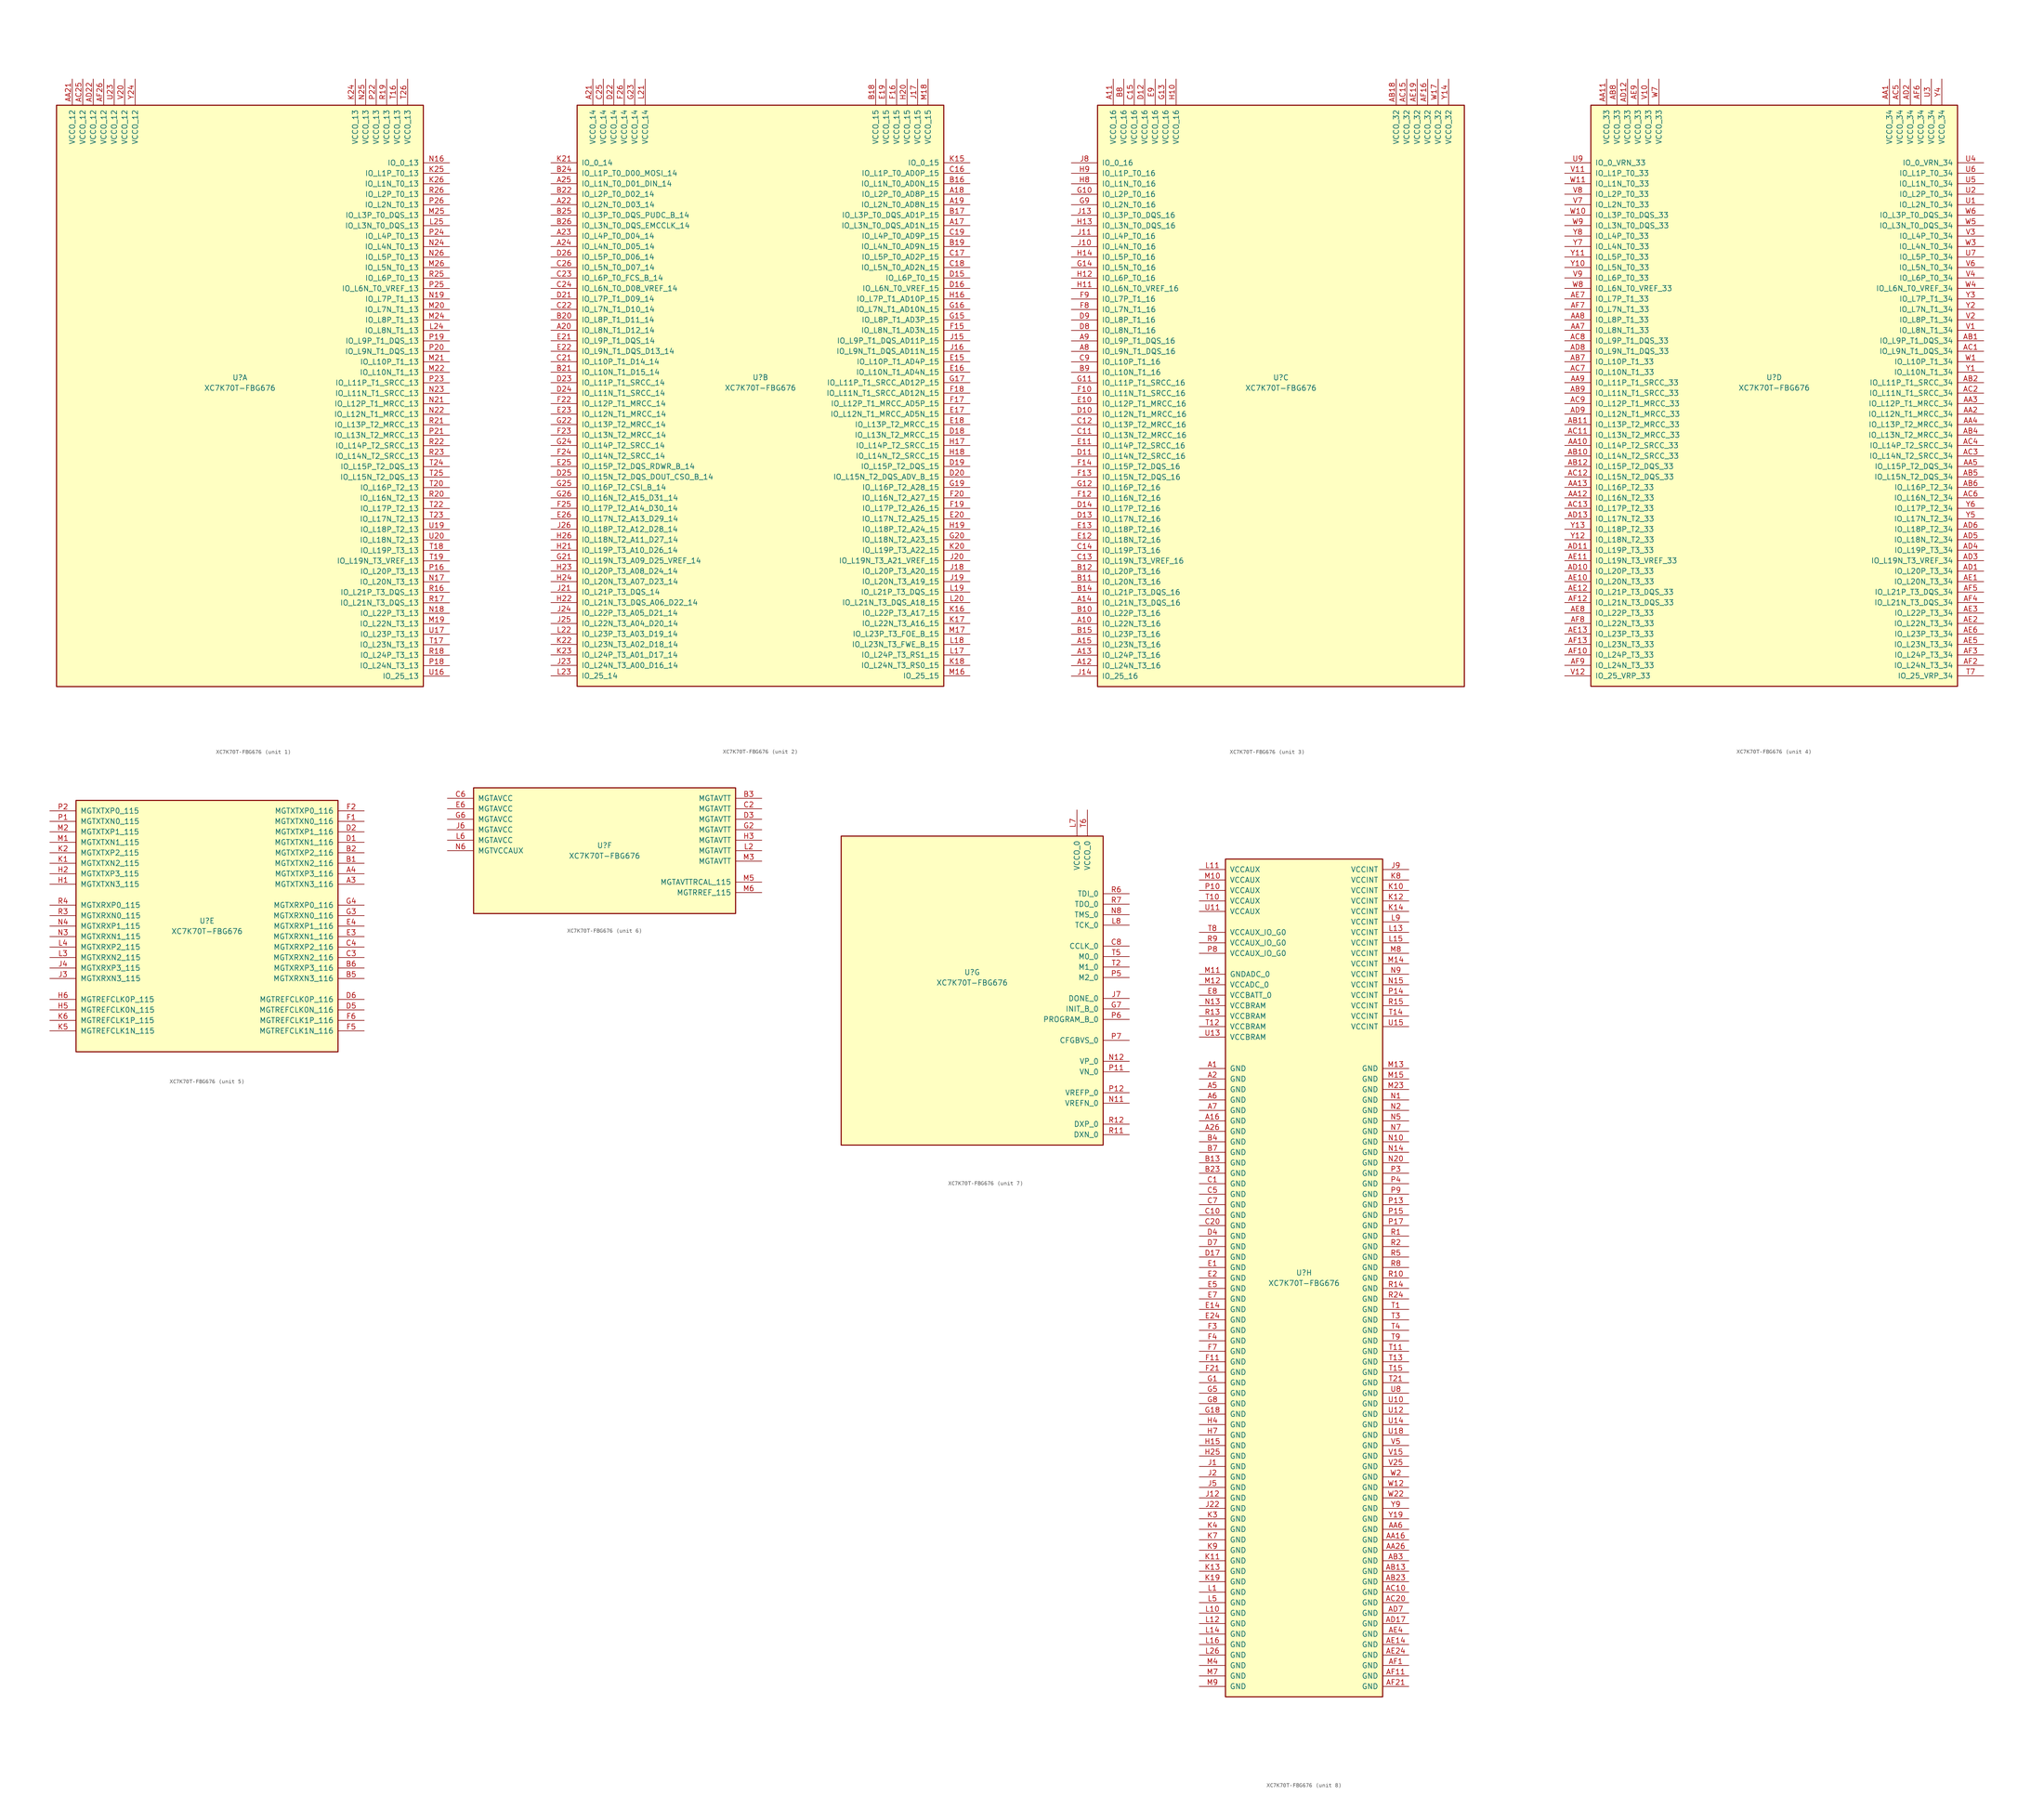
<source format=kicad_sym>
(kicad_symbol_lib
  (version 20201005)
  (generator kicad_symbol_editor)
  (symbol "XC7K70T-FBG676"
    (pin_names
      (offset 1.016))
    (property "Reference" "U"
      (at 0 1.27 0)
      (effects (font (size 1.27 1.27))))
    (property "Value" "XC7K70T-FBG676"
      (at 0 -1.27 0)
      (effects (font (size 1.27 1.27))))
    (property "Datasheet" ""
      (at 0 0 0)
      (effects (font (size 1.27 1.27))))
    (property "ki_locked" ""
      (at 0 0 0)
      (effects (font (size 1.27 1.27))))
    (symbol "XC7K70T-FBG676_1_1"
      (rectangle (start -44.45 67.31) (end 44.45 -73.66) (stroke (width 0.254)) (fill (type background)))
      (pin power_in line (at -40.64 73.66 270) (length 6.35) (name "VCCO_12" (effects (font (size 1.27 1.27)))) (number "AA21" (effects (font (size 1.27 1.27)))))
      (pin power_in line (at -38.1 73.66 270) (length 6.35) (name "VCCO_12" (effects (font (size 1.27 1.27)))) (number "AC25" (effects (font (size 1.27 1.27)))))
      (pin power_in line (at -35.56 73.66 270) (length 6.35) (name "VCCO_12" (effects (font (size 1.27 1.27)))) (number "AD22" (effects (font (size 1.27 1.27)))))
      (pin power_in line (at -33.02 73.66 270) (length 6.35) (name "VCCO_12" (effects (font (size 1.27 1.27)))) (number "AF26" (effects (font (size 1.27 1.27)))))
      (pin power_in line (at -30.48 73.66 270) (length 6.35) (name "VCCO_12" (effects (font (size 1.27 1.27)))) (number "U23" (effects (font (size 1.27 1.27)))))
      (pin power_in line (at -27.94 73.66 270) (length 6.35) (name "VCCO_12" (effects (font (size 1.27 1.27)))) (number "V20" (effects (font (size 1.27 1.27)))))
      (pin power_in line (at -25.4 73.66 270) (length 6.35) (name "VCCO_12" (effects (font (size 1.27 1.27)))) (number "Y24" (effects (font (size 1.27 1.27)))))
      (pin power_in line (at 27.94 73.66 270) (length 6.35) (name "VCCO_13" (effects (font (size 1.27 1.27)))) (number "K24" (effects (font (size 1.27 1.27)))))
      (pin power_in line (at 30.48 73.66 270) (length 6.35) (name "VCCO_13" (effects (font (size 1.27 1.27)))) (number "N25" (effects (font (size 1.27 1.27)))))
      (pin power_in line (at 33.02 73.66 270) (length 6.35) (name "VCCO_13" (effects (font (size 1.27 1.27)))) (number "P22" (effects (font (size 1.27 1.27)))))
      (pin power_in line (at 35.56 73.66 270) (length 6.35) (name "VCCO_13" (effects (font (size 1.27 1.27)))) (number "R19" (effects (font (size 1.27 1.27)))))
      (pin power_in line (at 38.1 73.66 270) (length 6.35) (name "VCCO_13" (effects (font (size 1.27 1.27)))) (number "T16" (effects (font (size 1.27 1.27)))))
      (pin power_in line (at 40.64 73.66 270) (length 6.35) (name "VCCO_13" (effects (font (size 1.27 1.27)))) (number "T26" (effects (font (size 1.27 1.27)))))
      (pin bidirectional line (at 50.8 53.34 180) (length 6.35) (name "IO_0_13" (effects (font (size 1.27 1.27)))) (number "N16" (effects (font (size 1.27 1.27)))))
      (pin bidirectional line (at 50.8 50.8 180) (length 6.35) (name "IO_L1P_T0_13" (effects (font (size 1.27 1.27)))) (number "K25" (effects (font (size 1.27 1.27)))))
      (pin bidirectional line (at 50.8 48.26 180) (length 6.35) (name "IO_L1N_T0_13" (effects (font (size 1.27 1.27)))) (number "K26" (effects (font (size 1.27 1.27)))))
      (pin bidirectional line (at 50.8 45.72 180) (length 6.35) (name "IO_L2P_T0_13" (effects (font (size 1.27 1.27)))) (number "R26" (effects (font (size 1.27 1.27)))))
      (pin bidirectional line (at 50.8 43.18 180) (length 6.35) (name "IO_L2N_T0_13" (effects (font (size 1.27 1.27)))) (number "P26" (effects (font (size 1.27 1.27)))))
      (pin bidirectional line (at 50.8 40.64 180) (length 6.35) (name "IO_L3P_T0_DQS_13" (effects (font (size 1.27 1.27)))) (number "M25" (effects (font (size 1.27 1.27)))))
      (pin bidirectional line (at 50.8 38.1 180) (length 6.35) (name "IO_L3N_T0_DQS_13" (effects (font (size 1.27 1.27)))) (number "L25" (effects (font (size 1.27 1.27)))))
      (pin bidirectional line (at 50.8 35.56 180) (length 6.35) (name "IO_L4P_T0_13" (effects (font (size 1.27 1.27)))) (number "P24" (effects (font (size 1.27 1.27)))))
      (pin bidirectional line (at 50.8 33.02 180) (length 6.35) (name "IO_L4N_T0_13" (effects (font (size 1.27 1.27)))) (number "N24" (effects (font (size 1.27 1.27)))))
      (pin bidirectional line (at 50.8 30.48 180) (length 6.35) (name "IO_L5P_T0_13" (effects (font (size 1.27 1.27)))) (number "N26" (effects (font (size 1.27 1.27)))))
      (pin bidirectional line (at 50.8 27.94 180) (length 6.35) (name "IO_L5N_T0_13" (effects (font (size 1.27 1.27)))) (number "M26" (effects (font (size 1.27 1.27)))))
      (pin bidirectional line (at 50.8 25.4 180) (length 6.35) (name "IO_L6P_T0_13" (effects (font (size 1.27 1.27)))) (number "R25" (effects (font (size 1.27 1.27)))))
      (pin bidirectional line (at 50.8 22.86 180) (length 6.35) (name "IO_L6N_T0_VREF_13" (effects (font (size 1.27 1.27)))) (number "P25" (effects (font (size 1.27 1.27)))))
      (pin bidirectional line (at 50.8 20.32 180) (length 6.35) (name "IO_L7P_T1_13" (effects (font (size 1.27 1.27)))) (number "N19" (effects (font (size 1.27 1.27)))))
      (pin bidirectional line (at 50.8 17.78 180) (length 6.35) (name "IO_L7N_T1_13" (effects (font (size 1.27 1.27)))) (number "M20" (effects (font (size 1.27 1.27)))))
      (pin bidirectional line (at 50.8 15.24 180) (length 6.35) (name "IO_L8P_T1_13" (effects (font (size 1.27 1.27)))) (number "M24" (effects (font (size 1.27 1.27)))))
      (pin bidirectional line (at 50.8 12.7 180) (length 6.35) (name "IO_L8N_T1_13" (effects (font (size 1.27 1.27)))) (number "L24" (effects (font (size 1.27 1.27)))))
      (pin bidirectional line (at 50.8 10.16 180) (length 6.35) (name "IO_L9P_T1_DQS_13" (effects (font (size 1.27 1.27)))) (number "P19" (effects (font (size 1.27 1.27)))))
      (pin bidirectional line (at 50.8 7.62 180) (length 6.35) (name "IO_L9N_T1_DQS_13" (effects (font (size 1.27 1.27)))) (number "P20" (effects (font (size 1.27 1.27)))))
      (pin bidirectional line (at 50.8 5.08 180) (length 6.35) (name "IO_L10P_T1_13" (effects (font (size 1.27 1.27)))) (number "M21" (effects (font (size 1.27 1.27)))))
      (pin bidirectional line (at 50.8 2.54 180) (length 6.35) (name "IO_L10N_T1_13" (effects (font (size 1.27 1.27)))) (number "M22" (effects (font (size 1.27 1.27)))))
      (pin bidirectional line (at 50.8 0 180) (length 6.35) (name "IO_L11P_T1_SRCC_13" (effects (font (size 1.27 1.27)))) (number "P23" (effects (font (size 1.27 1.27)))))
      (pin bidirectional line (at 50.8 -2.54 180) (length 6.35) (name "IO_L11N_T1_SRCC_13" (effects (font (size 1.27 1.27)))) (number "N23" (effects (font (size 1.27 1.27)))))
      (pin bidirectional line (at 50.8 -5.08 180) (length 6.35) (name "IO_L12P_T1_MRCC_13" (effects (font (size 1.27 1.27)))) (number "N21" (effects (font (size 1.27 1.27)))))
      (pin bidirectional line (at 50.8 -7.62 180) (length 6.35) (name "IO_L12N_T1_MRCC_13" (effects (font (size 1.27 1.27)))) (number "N22" (effects (font (size 1.27 1.27)))))
      (pin bidirectional line (at 50.8 -10.16 180) (length 6.35) (name "IO_L13P_T2_MRCC_13" (effects (font (size 1.27 1.27)))) (number "R21" (effects (font (size 1.27 1.27)))))
      (pin bidirectional line (at 50.8 -12.7 180) (length 6.35) (name "IO_L13N_T2_MRCC_13" (effects (font (size 1.27 1.27)))) (number "P21" (effects (font (size 1.27 1.27)))))
      (pin bidirectional line (at 50.8 -15.24 180) (length 6.35) (name "IO_L14P_T2_SRCC_13" (effects (font (size 1.27 1.27)))) (number "R22" (effects (font (size 1.27 1.27)))))
      (pin bidirectional line (at 50.8 -17.78 180) (length 6.35) (name "IO_L14N_T2_SRCC_13" (effects (font (size 1.27 1.27)))) (number "R23" (effects (font (size 1.27 1.27)))))
      (pin bidirectional line (at 50.8 -20.32 180) (length 6.35) (name "IO_L15P_T2_DQS_13" (effects (font (size 1.27 1.27)))) (number "T24" (effects (font (size 1.27 1.27)))))
      (pin bidirectional line (at 50.8 -22.86 180) (length 6.35) (name "IO_L15N_T2_DQS_13" (effects (font (size 1.27 1.27)))) (number "T25" (effects (font (size 1.27 1.27)))))
      (pin bidirectional line (at 50.8 -25.4 180) (length 6.35) (name "IO_L16P_T2_13" (effects (font (size 1.27 1.27)))) (number "T20" (effects (font (size 1.27 1.27)))))
      (pin bidirectional line (at 50.8 -27.94 180) (length 6.35) (name "IO_L16N_T2_13" (effects (font (size 1.27 1.27)))) (number "R20" (effects (font (size 1.27 1.27)))))
      (pin bidirectional line (at 50.8 -30.48 180) (length 6.35) (name "IO_L17P_T2_13" (effects (font (size 1.27 1.27)))) (number "T22" (effects (font (size 1.27 1.27)))))
      (pin bidirectional line (at 50.8 -33.02 180) (length 6.35) (name "IO_L17N_T2_13" (effects (font (size 1.27 1.27)))) (number "T23" (effects (font (size 1.27 1.27)))))
      (pin bidirectional line (at 50.8 -35.56 180) (length 6.35) (name "IO_L18P_T2_13" (effects (font (size 1.27 1.27)))) (number "U19" (effects (font (size 1.27 1.27)))))
      (pin bidirectional line (at 50.8 -38.1 180) (length 6.35) (name "IO_L18N_T2_13" (effects (font (size 1.27 1.27)))) (number "U20" (effects (font (size 1.27 1.27)))))
      (pin bidirectional line (at 50.8 -40.64 180) (length 6.35) (name "IO_L19P_T3_13" (effects (font (size 1.27 1.27)))) (number "T18" (effects (font (size 1.27 1.27)))))
      (pin bidirectional line (at 50.8 -43.18 180) (length 6.35) (name "IO_L19N_T3_VREF_13" (effects (font (size 1.27 1.27)))) (number "T19" (effects (font (size 1.27 1.27)))))
      (pin bidirectional line (at 50.8 -45.72 180) (length 6.35) (name "IO_L20P_T3_13" (effects (font (size 1.27 1.27)))) (number "P16" (effects (font (size 1.27 1.27)))))
      (pin bidirectional line (at 50.8 -48.26 180) (length 6.35) (name "IO_L20N_T3_13" (effects (font (size 1.27 1.27)))) (number "N17" (effects (font (size 1.27 1.27)))))
      (pin bidirectional line (at 50.8 -50.8 180) (length 6.35) (name "IO_L21P_T3_DQS_13" (effects (font (size 1.27 1.27)))) (number "R16" (effects (font (size 1.27 1.27)))))
      (pin bidirectional line (at 50.8 -53.34 180) (length 6.35) (name "IO_L21N_T3_DQS_13" (effects (font (size 1.27 1.27)))) (number "R17" (effects (font (size 1.27 1.27)))))
      (pin bidirectional line (at 50.8 -55.88 180) (length 6.35) (name "IO_L22P_T3_13" (effects (font (size 1.27 1.27)))) (number "N18" (effects (font (size 1.27 1.27)))))
      (pin bidirectional line (at 50.8 -58.42 180) (length 6.35) (name "IO_L22N_T3_13" (effects (font (size 1.27 1.27)))) (number "M19" (effects (font (size 1.27 1.27)))))
      (pin bidirectional line (at 50.8 -60.96 180) (length 6.35) (name "IO_L23P_T3_13" (effects (font (size 1.27 1.27)))) (number "U17" (effects (font (size 1.27 1.27)))))
      (pin bidirectional line (at 50.8 -63.5 180) (length 6.35) (name "IO_L23N_T3_13" (effects (font (size 1.27 1.27)))) (number "T17" (effects (font (size 1.27 1.27)))))
      (pin bidirectional line (at 50.8 -66.04 180) (length 6.35) (name "IO_L24P_T3_13" (effects (font (size 1.27 1.27)))) (number "R18" (effects (font (size 1.27 1.27)))))
      (pin bidirectional line (at 50.8 -68.58 180) (length 6.35) (name "IO_L24N_T3_13" (effects (font (size 1.27 1.27)))) (number "P18" (effects (font (size 1.27 1.27)))))
      (pin bidirectional line (at 50.8 -71.12 180) (length 6.35) (name "IO_25_13" (effects (font (size 1.27 1.27)))) (number "U16" (effects (font (size 1.27 1.27))))))
    (symbol "XC7K70T-FBG676_2_1"
      (rectangle (start -44.45 67.31) (end 44.45 -73.66) (stroke (width 0.254)) (fill (type background)))
      (pin power_in line (at -40.64 73.66 270) (length 6.35) (name "VCCO_14" (effects (font (size 1.27 1.27)))) (number "A21" (effects (font (size 1.27 1.27)))))
      (pin power_in line (at -38.1 73.66 270) (length 6.35) (name "VCCO_14" (effects (font (size 1.27 1.27)))) (number "C25" (effects (font (size 1.27 1.27)))))
      (pin power_in line (at -35.56 73.66 270) (length 6.35) (name "VCCO_14" (effects (font (size 1.27 1.27)))) (number "D22" (effects (font (size 1.27 1.27)))))
      (pin power_in line (at -33.02 73.66 270) (length 6.35) (name "VCCO_14" (effects (font (size 1.27 1.27)))) (number "F26" (effects (font (size 1.27 1.27)))))
      (pin power_in line (at -30.48 73.66 270) (length 6.35) (name "VCCO_14" (effects (font (size 1.27 1.27)))) (number "G23" (effects (font (size 1.27 1.27)))))
      (pin power_in line (at -27.94 73.66 270) (length 6.35) (name "VCCO_14" (effects (font (size 1.27 1.27)))) (number "L21" (effects (font (size 1.27 1.27)))))
      (pin bidirectional line (at -50.8 53.34 0) (length 6.35) (name "IO_0_14" (effects (font (size 1.27 1.27)))) (number "K21" (effects (font (size 1.27 1.27)))))
      (pin bidirectional line (at -50.8 50.8 0) (length 6.35) (name "IO_L1P_T0_D00_MOSI_14" (effects (font (size 1.27 1.27)))) (number "B24" (effects (font (size 1.27 1.27)))))
      (pin bidirectional line (at -50.8 48.26 0) (length 6.35) (name "IO_L1N_T0_D01_DIN_14" (effects (font (size 1.27 1.27)))) (number "A25" (effects (font (size 1.27 1.27)))))
      (pin bidirectional line (at -50.8 45.72 0) (length 6.35) (name "IO_L2P_T0_D02_14" (effects (font (size 1.27 1.27)))) (number "B22" (effects (font (size 1.27 1.27)))))
      (pin bidirectional line (at -50.8 43.18 0) (length 6.35) (name "IO_L2N_T0_D03_14" (effects (font (size 1.27 1.27)))) (number "A22" (effects (font (size 1.27 1.27)))))
      (pin bidirectional line (at -50.8 40.64 0) (length 6.35) (name "IO_L3P_T0_DQS_PUDC_B_14" (effects (font (size 1.27 1.27)))) (number "B25" (effects (font (size 1.27 1.27)))))
      (pin bidirectional line (at -50.8 38.1 0) (length 6.35) (name "IO_L3N_T0_DQS_EMCCLK_14" (effects (font (size 1.27 1.27)))) (number "B26" (effects (font (size 1.27 1.27)))))
      (pin bidirectional line (at -50.8 35.56 0) (length 6.35) (name "IO_L4P_T0_D04_14" (effects (font (size 1.27 1.27)))) (number "A23" (effects (font (size 1.27 1.27)))))
      (pin bidirectional line (at -50.8 33.02 0) (length 6.35) (name "IO_L4N_T0_D05_14" (effects (font (size 1.27 1.27)))) (number "A24" (effects (font (size 1.27 1.27)))))
      (pin bidirectional line (at -50.8 30.48 0) (length 6.35) (name "IO_L5P_T0_D06_14" (effects (font (size 1.27 1.27)))) (number "D26" (effects (font (size 1.27 1.27)))))
      (pin bidirectional line (at -50.8 27.94 0) (length 6.35) (name "IO_L5N_T0_D07_14" (effects (font (size 1.27 1.27)))) (number "C26" (effects (font (size 1.27 1.27)))))
      (pin bidirectional line (at -50.8 25.4 0) (length 6.35) (name "IO_L6P_T0_FCS_B_14" (effects (font (size 1.27 1.27)))) (number "C23" (effects (font (size 1.27 1.27)))))
      (pin bidirectional line (at -50.8 22.86 0) (length 6.35) (name "IO_L6N_T0_D08_VREF_14" (effects (font (size 1.27 1.27)))) (number "C24" (effects (font (size 1.27 1.27)))))
      (pin bidirectional line (at -50.8 20.32 0) (length 6.35) (name "IO_L7P_T1_D09_14" (effects (font (size 1.27 1.27)))) (number "D21" (effects (font (size 1.27 1.27)))))
      (pin bidirectional line (at -50.8 17.78 0) (length 6.35) (name "IO_L7N_T1_D10_14" (effects (font (size 1.27 1.27)))) (number "C22" (effects (font (size 1.27 1.27)))))
      (pin bidirectional line (at -50.8 15.24 0) (length 6.35) (name "IO_L8P_T1_D11_14" (effects (font (size 1.27 1.27)))) (number "B20" (effects (font (size 1.27 1.27)))))
      (pin bidirectional line (at -50.8 12.7 0) (length 6.35) (name "IO_L8N_T1_D12_14" (effects (font (size 1.27 1.27)))) (number "A20" (effects (font (size 1.27 1.27)))))
      (pin bidirectional line (at -50.8 10.16 0) (length 6.35) (name "IO_L9P_T1_DQS_14" (effects (font (size 1.27 1.27)))) (number "E21" (effects (font (size 1.27 1.27)))))
      (pin bidirectional line (at -50.8 7.62 0) (length 6.35) (name "IO_L9N_T1_DQS_D13_14" (effects (font (size 1.27 1.27)))) (number "E22" (effects (font (size 1.27 1.27)))))
      (pin bidirectional line (at -50.8 5.08 0) (length 6.35) (name "IO_L10P_T1_D14_14" (effects (font (size 1.27 1.27)))) (number "C21" (effects (font (size 1.27 1.27)))))
      (pin bidirectional line (at -50.8 2.54 0) (length 6.35) (name "IO_L10N_T1_D15_14" (effects (font (size 1.27 1.27)))) (number "B21" (effects (font (size 1.27 1.27)))))
      (pin bidirectional line (at -50.8 0 0) (length 6.35) (name "IO_L11P_T1_SRCC_14" (effects (font (size 1.27 1.27)))) (number "D23" (effects (font (size 1.27 1.27)))))
      (pin bidirectional line (at -50.8 -2.54 0) (length 6.35) (name "IO_L11N_T1_SRCC_14" (effects (font (size 1.27 1.27)))) (number "D24" (effects (font (size 1.27 1.27)))))
      (pin bidirectional line (at -50.8 -5.08 0) (length 6.35) (name "IO_L12P_T1_MRCC_14" (effects (font (size 1.27 1.27)))) (number "F22" (effects (font (size 1.27 1.27)))))
      (pin bidirectional line (at -50.8 -7.62 0) (length 6.35) (name "IO_L12N_T1_MRCC_14" (effects (font (size 1.27 1.27)))) (number "E23" (effects (font (size 1.27 1.27)))))
      (pin bidirectional line (at -50.8 -10.16 0) (length 6.35) (name "IO_L13P_T2_MRCC_14" (effects (font (size 1.27 1.27)))) (number "G22" (effects (font (size 1.27 1.27)))))
      (pin bidirectional line (at -50.8 -12.7 0) (length 6.35) (name "IO_L13N_T2_MRCC_14" (effects (font (size 1.27 1.27)))) (number "F23" (effects (font (size 1.27 1.27)))))
      (pin bidirectional line (at -50.8 -15.24 0) (length 6.35) (name "IO_L14P_T2_SRCC_14" (effects (font (size 1.27 1.27)))) (number "G24" (effects (font (size 1.27 1.27)))))
      (pin bidirectional line (at -50.8 -17.78 0) (length 6.35) (name "IO_L14N_T2_SRCC_14" (effects (font (size 1.27 1.27)))) (number "F24" (effects (font (size 1.27 1.27)))))
      (pin bidirectional line (at -50.8 -20.32 0) (length 6.35) (name "IO_L15P_T2_DQS_RDWR_B_14" (effects (font (size 1.27 1.27)))) (number "E25" (effects (font (size 1.27 1.27)))))
      (pin bidirectional line (at -50.8 -22.86 0) (length 6.35) (name "IO_L15N_T2_DQS_DOUT_CSO_B_14" (effects (font (size 1.27 1.27)))) (number "D25" (effects (font (size 1.27 1.27)))))
      (pin bidirectional line (at -50.8 -25.4 0) (length 6.35) (name "IO_L16P_T2_CSI_B_14" (effects (font (size 1.27 1.27)))) (number "G25" (effects (font (size 1.27 1.27)))))
      (pin bidirectional line (at -50.8 -27.94 0) (length 6.35) (name "IO_L16N_T2_A15_D31_14" (effects (font (size 1.27 1.27)))) (number "G26" (effects (font (size 1.27 1.27)))))
      (pin bidirectional line (at -50.8 -30.48 0) (length 6.35) (name "IO_L17P_T2_A14_D30_14" (effects (font (size 1.27 1.27)))) (number "F25" (effects (font (size 1.27 1.27)))))
      (pin bidirectional line (at -50.8 -33.02 0) (length 6.35) (name "IO_L17N_T2_A13_D29_14" (effects (font (size 1.27 1.27)))) (number "E26" (effects (font (size 1.27 1.27)))))
      (pin bidirectional line (at -50.8 -35.56 0) (length 6.35) (name "IO_L18P_T2_A12_D28_14" (effects (font (size 1.27 1.27)))) (number "J26" (effects (font (size 1.27 1.27)))))
      (pin bidirectional line (at -50.8 -38.1 0) (length 6.35) (name "IO_L18N_T2_A11_D27_14" (effects (font (size 1.27 1.27)))) (number "H26" (effects (font (size 1.27 1.27)))))
      (pin bidirectional line (at -50.8 -40.64 0) (length 6.35) (name "IO_L19P_T3_A10_D26_14" (effects (font (size 1.27 1.27)))) (number "H21" (effects (font (size 1.27 1.27)))))
      (pin bidirectional line (at -50.8 -43.18 0) (length 6.35) (name "IO_L19N_T3_A09_D25_VREF_14" (effects (font (size 1.27 1.27)))) (number "G21" (effects (font (size 1.27 1.27)))))
      (pin bidirectional line (at -50.8 -45.72 0) (length 6.35) (name "IO_L20P_T3_A08_D24_14" (effects (font (size 1.27 1.27)))) (number "H23" (effects (font (size 1.27 1.27)))))
      (pin bidirectional line (at -50.8 -48.26 0) (length 6.35) (name "IO_L20N_T3_A07_D23_14" (effects (font (size 1.27 1.27)))) (number "H24" (effects (font (size 1.27 1.27)))))
      (pin bidirectional line (at -50.8 -50.8 0) (length 6.35) (name "IO_L21P_T3_DQS_14" (effects (font (size 1.27 1.27)))) (number "J21" (effects (font (size 1.27 1.27)))))
      (pin bidirectional line (at -50.8 -53.34 0) (length 6.35) (name "IO_L21N_T3_DQS_A06_D22_14" (effects (font (size 1.27 1.27)))) (number "H22" (effects (font (size 1.27 1.27)))))
      (pin bidirectional line (at -50.8 -55.88 0) (length 6.35) (name "IO_L22P_T3_A05_D21_14" (effects (font (size 1.27 1.27)))) (number "J24" (effects (font (size 1.27 1.27)))))
      (pin bidirectional line (at -50.8 -58.42 0) (length 6.35) (name "IO_L22N_T3_A04_D20_14" (effects (font (size 1.27 1.27)))) (number "J25" (effects (font (size 1.27 1.27)))))
      (pin bidirectional line (at -50.8 -60.96 0) (length 6.35) (name "IO_L23P_T3_A03_D19_14" (effects (font (size 1.27 1.27)))) (number "L22" (effects (font (size 1.27 1.27)))))
      (pin bidirectional line (at -50.8 -63.5 0) (length 6.35) (name "IO_L23N_T3_A02_D18_14" (effects (font (size 1.27 1.27)))) (number "K22" (effects (font (size 1.27 1.27)))))
      (pin bidirectional line (at -50.8 -66.04 0) (length 6.35) (name "IO_L24P_T3_A01_D17_14" (effects (font (size 1.27 1.27)))) (number "K23" (effects (font (size 1.27 1.27)))))
      (pin bidirectional line (at -50.8 -68.58 0) (length 6.35) (name "IO_L24N_T3_A00_D16_14" (effects (font (size 1.27 1.27)))) (number "J23" (effects (font (size 1.27 1.27)))))
      (pin bidirectional line (at -50.8 -71.12 0) (length 6.35) (name "IO_25_14" (effects (font (size 1.27 1.27)))) (number "L23" (effects (font (size 1.27 1.27)))))
      (pin power_in line (at 27.94 73.66 270) (length 6.35) (name "VCCO_15" (effects (font (size 1.27 1.27)))) (number "B18" (effects (font (size 1.27 1.27)))))
      (pin power_in line (at 30.48 73.66 270) (length 6.35) (name "VCCO_15" (effects (font (size 1.27 1.27)))) (number "E19" (effects (font (size 1.27 1.27)))))
      (pin power_in line (at 33.02 73.66 270) (length 6.35) (name "VCCO_15" (effects (font (size 1.27 1.27)))) (number "F16" (effects (font (size 1.27 1.27)))))
      (pin power_in line (at 35.56 73.66 270) (length 6.35) (name "VCCO_15" (effects (font (size 1.27 1.27)))) (number "H20" (effects (font (size 1.27 1.27)))))
      (pin power_in line (at 38.1 73.66 270) (length 6.35) (name "VCCO_15" (effects (font (size 1.27 1.27)))) (number "J17" (effects (font (size 1.27 1.27)))))
      (pin power_in line (at 40.64 73.66 270) (length 6.35) (name "VCCO_15" (effects (font (size 1.27 1.27)))) (number "M18" (effects (font (size 1.27 1.27)))))
      (pin bidirectional line (at 50.8 53.34 180) (length 6.35) (name "IO_0_15" (effects (font (size 1.27 1.27)))) (number "K15" (effects (font (size 1.27 1.27)))))
      (pin bidirectional line (at 50.8 50.8 180) (length 6.35) (name "IO_L1P_T0_AD0P_15" (effects (font (size 1.27 1.27)))) (number "C16" (effects (font (size 1.27 1.27)))))
      (pin bidirectional line (at 50.8 48.26 180) (length 6.35) (name "IO_L1N_T0_AD0N_15" (effects (font (size 1.27 1.27)))) (number "B16" (effects (font (size 1.27 1.27)))))
      (pin bidirectional line (at 50.8 45.72 180) (length 6.35) (name "IO_L2P_T0_AD8P_15" (effects (font (size 1.27 1.27)))) (number "A18" (effects (font (size 1.27 1.27)))))
      (pin bidirectional line (at 50.8 43.18 180) (length 6.35) (name "IO_L2N_T0_AD8N_15" (effects (font (size 1.27 1.27)))) (number "A19" (effects (font (size 1.27 1.27)))))
      (pin bidirectional line (at 50.8 40.64 180) (length 6.35) (name "IO_L3P_T0_DQS_AD1P_15" (effects (font (size 1.27 1.27)))) (number "B17" (effects (font (size 1.27 1.27)))))
      (pin bidirectional line (at 50.8 38.1 180) (length 6.35) (name "IO_L3N_T0_DQS_AD1N_15" (effects (font (size 1.27 1.27)))) (number "A17" (effects (font (size 1.27 1.27)))))
      (pin bidirectional line (at 50.8 35.56 180) (length 6.35) (name "IO_L4P_T0_AD9P_15" (effects (font (size 1.27 1.27)))) (number "C19" (effects (font (size 1.27 1.27)))))
      (pin bidirectional line (at 50.8 33.02 180) (length 6.35) (name "IO_L4N_T0_AD9N_15" (effects (font (size 1.27 1.27)))) (number "B19" (effects (font (size 1.27 1.27)))))
      (pin bidirectional line (at 50.8 30.48 180) (length 6.35) (name "IO_L5P_T0_AD2P_15" (effects (font (size 1.27 1.27)))) (number "C17" (effects (font (size 1.27 1.27)))))
      (pin bidirectional line (at 50.8 27.94 180) (length 6.35) (name "IO_L5N_T0_AD2N_15" (effects (font (size 1.27 1.27)))) (number "C18" (effects (font (size 1.27 1.27)))))
      (pin bidirectional line (at 50.8 25.4 180) (length 6.35) (name "IO_L6P_T0_15" (effects (font (size 1.27 1.27)))) (number "D15" (effects (font (size 1.27 1.27)))))
      (pin bidirectional line (at 50.8 22.86 180) (length 6.35) (name "IO_L6N_T0_VREF_15" (effects (font (size 1.27 1.27)))) (number "D16" (effects (font (size 1.27 1.27)))))
      (pin bidirectional line (at 50.8 20.32 180) (length 6.35) (name "IO_L7P_T1_AD10P_15" (effects (font (size 1.27 1.27)))) (number "H16" (effects (font (size 1.27 1.27)))))
      (pin bidirectional line (at 50.8 17.78 180) (length 6.35) (name "IO_L7N_T1_AD10N_15" (effects (font (size 1.27 1.27)))) (number "G16" (effects (font (size 1.27 1.27)))))
      (pin bidirectional line (at 50.8 15.24 180) (length 6.35) (name "IO_L8P_T1_AD3P_15" (effects (font (size 1.27 1.27)))) (number "G15" (effects (font (size 1.27 1.27)))))
      (pin bidirectional line (at 50.8 12.7 180) (length 6.35) (name "IO_L8N_T1_AD3N_15" (effects (font (size 1.27 1.27)))) (number "F15" (effects (font (size 1.27 1.27)))))
      (pin bidirectional line (at 50.8 10.16 180) (length 6.35) (name "IO_L9P_T1_DQS_AD11P_15" (effects (font (size 1.27 1.27)))) (number "J15" (effects (font (size 1.27 1.27)))))
      (pin bidirectional line (at 50.8 7.62 180) (length 6.35) (name "IO_L9N_T1_DQS_AD11N_15" (effects (font (size 1.27 1.27)))) (number "J16" (effects (font (size 1.27 1.27)))))
      (pin bidirectional line (at 50.8 5.08 180) (length 6.35) (name "IO_L10P_T1_AD4P_15" (effects (font (size 1.27 1.27)))) (number "E15" (effects (font (size 1.27 1.27)))))
      (pin bidirectional line (at 50.8 2.54 180) (length 6.35) (name "IO_L10N_T1_AD4N_15" (effects (font (size 1.27 1.27)))) (number "E16" (effects (font (size 1.27 1.27)))))
      (pin bidirectional line (at 50.8 0 180) (length 6.35) (name "IO_L11P_T1_SRCC_AD12P_15" (effects (font (size 1.27 1.27)))) (number "G17" (effects (font (size 1.27 1.27)))))
      (pin bidirectional line (at 50.8 -2.54 180) (length 6.35) (name "IO_L11N_T1_SRCC_AD12N_15" (effects (font (size 1.27 1.27)))) (number "F18" (effects (font (size 1.27 1.27)))))
      (pin bidirectional line (at 50.8 -5.08 180) (length 6.35) (name "IO_L12P_T1_MRCC_AD5P_15" (effects (font (size 1.27 1.27)))) (number "F17" (effects (font (size 1.27 1.27)))))
      (pin bidirectional line (at 50.8 -7.62 180) (length 6.35) (name "IO_L12N_T1_MRCC_AD5N_15" (effects (font (size 1.27 1.27)))) (number "E17" (effects (font (size 1.27 1.27)))))
      (pin bidirectional line (at 50.8 -10.16 180) (length 6.35) (name "IO_L13P_T2_MRCC_15" (effects (font (size 1.27 1.27)))) (number "E18" (effects (font (size 1.27 1.27)))))
      (pin bidirectional line (at 50.8 -12.7 180) (length 6.35) (name "IO_L13N_T2_MRCC_15" (effects (font (size 1.27 1.27)))) (number "D18" (effects (font (size 1.27 1.27)))))
      (pin bidirectional line (at 50.8 -15.24 180) (length 6.35) (name "IO_L14P_T2_SRCC_15" (effects (font (size 1.27 1.27)))) (number "H17" (effects (font (size 1.27 1.27)))))
      (pin bidirectional line (at 50.8 -17.78 180) (length 6.35) (name "IO_L14N_T2_SRCC_15" (effects (font (size 1.27 1.27)))) (number "H18" (effects (font (size 1.27 1.27)))))
      (pin bidirectional line (at 50.8 -20.32 180) (length 6.35) (name "IO_L15P_T2_DQS_15" (effects (font (size 1.27 1.27)))) (number "D19" (effects (font (size 1.27 1.27)))))
      (pin bidirectional line (at 50.8 -22.86 180) (length 6.35) (name "IO_L15N_T2_DQS_ADV_B_15" (effects (font (size 1.27 1.27)))) (number "D20" (effects (font (size 1.27 1.27)))))
      (pin bidirectional line (at 50.8 -25.4 180) (length 6.35) (name "IO_L16P_T2_A28_15" (effects (font (size 1.27 1.27)))) (number "G19" (effects (font (size 1.27 1.27)))))
      (pin bidirectional line (at 50.8 -27.94 180) (length 6.35) (name "IO_L16N_T2_A27_15" (effects (font (size 1.27 1.27)))) (number "F20" (effects (font (size 1.27 1.27)))))
      (pin bidirectional line (at 50.8 -30.48 180) (length 6.35) (name "IO_L17P_T2_A26_15" (effects (font (size 1.27 1.27)))) (number "F19" (effects (font (size 1.27 1.27)))))
      (pin bidirectional line (at 50.8 -33.02 180) (length 6.35) (name "IO_L17N_T2_A25_15" (effects (font (size 1.27 1.27)))) (number "E20" (effects (font (size 1.27 1.27)))))
      (pin bidirectional line (at 50.8 -35.56 180) (length 6.35) (name "IO_L18P_T2_A24_15" (effects (font (size 1.27 1.27)))) (number "H19" (effects (font (size 1.27 1.27)))))
      (pin bidirectional line (at 50.8 -38.1 180) (length 6.35) (name "IO_L18N_T2_A23_15" (effects (font (size 1.27 1.27)))) (number "G20" (effects (font (size 1.27 1.27)))))
      (pin bidirectional line (at 50.8 -40.64 180) (length 6.35) (name "IO_L19P_T3_A22_15" (effects (font (size 1.27 1.27)))) (number "K20" (effects (font (size 1.27 1.27)))))
      (pin bidirectional line (at 50.8 -43.18 180) (length 6.35) (name "IO_L19N_T3_A21_VREF_15" (effects (font (size 1.27 1.27)))) (number "J20" (effects (font (size 1.27 1.27)))))
      (pin bidirectional line (at 50.8 -45.72 180) (length 6.35) (name "IO_L20P_T3_A20_15" (effects (font (size 1.27 1.27)))) (number "J18" (effects (font (size 1.27 1.27)))))
      (pin bidirectional line (at 50.8 -48.26 180) (length 6.35) (name "IO_L20N_T3_A19_15" (effects (font (size 1.27 1.27)))) (number "J19" (effects (font (size 1.27 1.27)))))
      (pin bidirectional line (at 50.8 -50.8 180) (length 6.35) (name "IO_L21P_T3_DQS_15" (effects (font (size 1.27 1.27)))) (number "L19" (effects (font (size 1.27 1.27)))))
      (pin bidirectional line (at 50.8 -53.34 180) (length 6.35) (name "IO_L21N_T3_DQS_A18_15" (effects (font (size 1.27 1.27)))) (number "L20" (effects (font (size 1.27 1.27)))))
      (pin bidirectional line (at 50.8 -55.88 180) (length 6.35) (name "IO_L22P_T3_A17_15" (effects (font (size 1.27 1.27)))) (number "K16" (effects (font (size 1.27 1.27)))))
      (pin bidirectional line (at 50.8 -58.42 180) (length 6.35) (name "IO_L22N_T3_A16_15" (effects (font (size 1.27 1.27)))) (number "K17" (effects (font (size 1.27 1.27)))))
      (pin bidirectional line (at 50.8 -60.96 180) (length 6.35) (name "IO_L23P_T3_FOE_B_15" (effects (font (size 1.27 1.27)))) (number "M17" (effects (font (size 1.27 1.27)))))
      (pin bidirectional line (at 50.8 -63.5 180) (length 6.35) (name "IO_L23N_T3_FWE_B_15" (effects (font (size 1.27 1.27)))) (number "L18" (effects (font (size 1.27 1.27)))))
      (pin bidirectional line (at 50.8 -66.04 180) (length 6.35) (name "IO_L24P_T3_RS1_15" (effects (font (size 1.27 1.27)))) (number "L17" (effects (font (size 1.27 1.27)))))
      (pin bidirectional line (at 50.8 -68.58 180) (length 6.35) (name "IO_L24N_T3_RS0_15" (effects (font (size 1.27 1.27)))) (number "K18" (effects (font (size 1.27 1.27)))))
      (pin bidirectional line (at 50.8 -71.12 180) (length 6.35) (name "IO_25_15" (effects (font (size 1.27 1.27)))) (number "M16" (effects (font (size 1.27 1.27))))))
    (symbol "XC7K70T-FBG676_3_1"
      (rectangle (start -44.45 67.31) (end 44.45 -73.66) (stroke (width 0.254)) (fill (type background)))
      (pin power_in line (at -40.64 73.66 270) (length 6.35) (name "VCCO_16" (effects (font (size 1.27 1.27)))) (number "A11" (effects (font (size 1.27 1.27)))))
      (pin power_in line (at -38.1 73.66 270) (length 6.35) (name "VCCO_16" (effects (font (size 1.27 1.27)))) (number "B8" (effects (font (size 1.27 1.27)))))
      (pin power_in line (at -35.56 73.66 270) (length 6.35) (name "VCCO_16" (effects (font (size 1.27 1.27)))) (number "C15" (effects (font (size 1.27 1.27)))))
      (pin power_in line (at -33.02 73.66 270) (length 6.35) (name "VCCO_16" (effects (font (size 1.27 1.27)))) (number "D12" (effects (font (size 1.27 1.27)))))
      (pin power_in line (at -30.48 73.66 270) (length 6.35) (name "VCCO_16" (effects (font (size 1.27 1.27)))) (number "E9" (effects (font (size 1.27 1.27)))))
      (pin power_in line (at -27.94 73.66 270) (length 6.35) (name "VCCO_16" (effects (font (size 1.27 1.27)))) (number "G13" (effects (font (size 1.27 1.27)))))
      (pin power_in line (at -25.4 73.66 270) (length 6.35) (name "VCCO_16" (effects (font (size 1.27 1.27)))) (number "H10" (effects (font (size 1.27 1.27)))))
      (pin bidirectional line (at -50.8 53.34 0) (length 6.35) (name "IO_0_16" (effects (font (size 1.27 1.27)))) (number "J8" (effects (font (size 1.27 1.27)))))
      (pin bidirectional line (at -50.8 50.8 0) (length 6.35) (name "IO_L1P_T0_16" (effects (font (size 1.27 1.27)))) (number "H9" (effects (font (size 1.27 1.27)))))
      (pin bidirectional line (at -50.8 48.26 0) (length 6.35) (name "IO_L1N_T0_16" (effects (font (size 1.27 1.27)))) (number "H8" (effects (font (size 1.27 1.27)))))
      (pin bidirectional line (at -50.8 45.72 0) (length 6.35) (name "IO_L2P_T0_16" (effects (font (size 1.27 1.27)))) (number "G10" (effects (font (size 1.27 1.27)))))
      (pin bidirectional line (at -50.8 43.18 0) (length 6.35) (name "IO_L2N_T0_16" (effects (font (size 1.27 1.27)))) (number "G9" (effects (font (size 1.27 1.27)))))
      (pin bidirectional line (at -50.8 40.64 0) (length 6.35) (name "IO_L3P_T0_DQS_16" (effects (font (size 1.27 1.27)))) (number "J13" (effects (font (size 1.27 1.27)))))
      (pin bidirectional line (at -50.8 38.1 0) (length 6.35) (name "IO_L3N_T0_DQS_16" (effects (font (size 1.27 1.27)))) (number "H13" (effects (font (size 1.27 1.27)))))
      (pin bidirectional line (at -50.8 35.56 0) (length 6.35) (name "IO_L4P_T0_16" (effects (font (size 1.27 1.27)))) (number "J11" (effects (font (size 1.27 1.27)))))
      (pin bidirectional line (at -50.8 33.02 0) (length 6.35) (name "IO_L4N_T0_16" (effects (font (size 1.27 1.27)))) (number "J10" (effects (font (size 1.27 1.27)))))
      (pin bidirectional line (at -50.8 30.48 0) (length 6.35) (name "IO_L5P_T0_16" (effects (font (size 1.27 1.27)))) (number "H14" (effects (font (size 1.27 1.27)))))
      (pin bidirectional line (at -50.8 27.94 0) (length 6.35) (name "IO_L5N_T0_16" (effects (font (size 1.27 1.27)))) (number "G14" (effects (font (size 1.27 1.27)))))
      (pin bidirectional line (at -50.8 25.4 0) (length 6.35) (name "IO_L6P_T0_16" (effects (font (size 1.27 1.27)))) (number "H12" (effects (font (size 1.27 1.27)))))
      (pin bidirectional line (at -50.8 22.86 0) (length 6.35) (name "IO_L6N_T0_VREF_16" (effects (font (size 1.27 1.27)))) (number "H11" (effects (font (size 1.27 1.27)))))
      (pin bidirectional line (at -50.8 20.32 0) (length 6.35) (name "IO_L7P_T1_16" (effects (font (size 1.27 1.27)))) (number "F9" (effects (font (size 1.27 1.27)))))
      (pin bidirectional line (at -50.8 17.78 0) (length 6.35) (name "IO_L7N_T1_16" (effects (font (size 1.27 1.27)))) (number "F8" (effects (font (size 1.27 1.27)))))
      (pin bidirectional line (at -50.8 15.24 0) (length 6.35) (name "IO_L8P_T1_16" (effects (font (size 1.27 1.27)))) (number "D9" (effects (font (size 1.27 1.27)))))
      (pin bidirectional line (at -50.8 12.7 0) (length 6.35) (name "IO_L8N_T1_16" (effects (font (size 1.27 1.27)))) (number "D8" (effects (font (size 1.27 1.27)))))
      (pin bidirectional line (at -50.8 10.16 0) (length 6.35) (name "IO_L9P_T1_DQS_16" (effects (font (size 1.27 1.27)))) (number "A9" (effects (font (size 1.27 1.27)))))
      (pin bidirectional line (at -50.8 7.62 0) (length 6.35) (name "IO_L9N_T1_DQS_16" (effects (font (size 1.27 1.27)))) (number "A8" (effects (font (size 1.27 1.27)))))
      (pin bidirectional line (at -50.8 5.08 0) (length 6.35) (name "IO_L10P_T1_16" (effects (font (size 1.27 1.27)))) (number "C9" (effects (font (size 1.27 1.27)))))
      (pin bidirectional line (at -50.8 2.54 0) (length 6.35) (name "IO_L10N_T1_16" (effects (font (size 1.27 1.27)))) (number "B9" (effects (font (size 1.27 1.27)))))
      (pin bidirectional line (at -50.8 0 0) (length 6.35) (name "IO_L11P_T1_SRCC_16" (effects (font (size 1.27 1.27)))) (number "G11" (effects (font (size 1.27 1.27)))))
      (pin bidirectional line (at -50.8 -2.54 0) (length 6.35) (name "IO_L11N_T1_SRCC_16" (effects (font (size 1.27 1.27)))) (number "F10" (effects (font (size 1.27 1.27)))))
      (pin bidirectional line (at -50.8 -5.08 0) (length 6.35) (name "IO_L12P_T1_MRCC_16" (effects (font (size 1.27 1.27)))) (number "E10" (effects (font (size 1.27 1.27)))))
      (pin bidirectional line (at -50.8 -7.62 0) (length 6.35) (name "IO_L12N_T1_MRCC_16" (effects (font (size 1.27 1.27)))) (number "D10" (effects (font (size 1.27 1.27)))))
      (pin bidirectional line (at -50.8 -10.16 0) (length 6.35) (name "IO_L13P_T2_MRCC_16" (effects (font (size 1.27 1.27)))) (number "C12" (effects (font (size 1.27 1.27)))))
      (pin bidirectional line (at -50.8 -12.7 0) (length 6.35) (name "IO_L13N_T2_MRCC_16" (effects (font (size 1.27 1.27)))) (number "C11" (effects (font (size 1.27 1.27)))))
      (pin bidirectional line (at -50.8 -15.24 0) (length 6.35) (name "IO_L14P_T2_SRCC_16" (effects (font (size 1.27 1.27)))) (number "E11" (effects (font (size 1.27 1.27)))))
      (pin bidirectional line (at -50.8 -17.78 0) (length 6.35) (name "IO_L14N_T2_SRCC_16" (effects (font (size 1.27 1.27)))) (number "D11" (effects (font (size 1.27 1.27)))))
      (pin bidirectional line (at -50.8 -20.32 0) (length 6.35) (name "IO_L15P_T2_DQS_16" (effects (font (size 1.27 1.27)))) (number "F14" (effects (font (size 1.27 1.27)))))
      (pin bidirectional line (at -50.8 -22.86 0) (length 6.35) (name "IO_L15N_T2_DQS_16" (effects (font (size 1.27 1.27)))) (number "F13" (effects (font (size 1.27 1.27)))))
      (pin bidirectional line (at -50.8 -25.4 0) (length 6.35) (name "IO_L16P_T2_16" (effects (font (size 1.27 1.27)))) (number "G12" (effects (font (size 1.27 1.27)))))
      (pin bidirectional line (at -50.8 -27.94 0) (length 6.35) (name "IO_L16N_T2_16" (effects (font (size 1.27 1.27)))) (number "F12" (effects (font (size 1.27 1.27)))))
      (pin bidirectional line (at -50.8 -30.48 0) (length 6.35) (name "IO_L17P_T2_16" (effects (font (size 1.27 1.27)))) (number "D14" (effects (font (size 1.27 1.27)))))
      (pin bidirectional line (at -50.8 -33.02 0) (length 6.35) (name "IO_L17N_T2_16" (effects (font (size 1.27 1.27)))) (number "D13" (effects (font (size 1.27 1.27)))))
      (pin bidirectional line (at -50.8 -35.56 0) (length 6.35) (name "IO_L18P_T2_16" (effects (font (size 1.27 1.27)))) (number "E13" (effects (font (size 1.27 1.27)))))
      (pin bidirectional line (at -50.8 -38.1 0) (length 6.35) (name "IO_L18N_T2_16" (effects (font (size 1.27 1.27)))) (number "E12" (effects (font (size 1.27 1.27)))))
      (pin bidirectional line (at -50.8 -40.64 0) (length 6.35) (name "IO_L19P_T3_16" (effects (font (size 1.27 1.27)))) (number "C14" (effects (font (size 1.27 1.27)))))
      (pin bidirectional line (at -50.8 -43.18 0) (length 6.35) (name "IO_L19N_T3_VREF_16" (effects (font (size 1.27 1.27)))) (number "C13" (effects (font (size 1.27 1.27)))))
      (pin bidirectional line (at -50.8 -45.72 0) (length 6.35) (name "IO_L20P_T3_16" (effects (font (size 1.27 1.27)))) (number "B12" (effects (font (size 1.27 1.27)))))
      (pin bidirectional line (at -50.8 -48.26 0) (length 6.35) (name "IO_L20N_T3_16" (effects (font (size 1.27 1.27)))) (number "B11" (effects (font (size 1.27 1.27)))))
      (pin bidirectional line (at -50.8 -50.8 0) (length 6.35) (name "IO_L21P_T3_DQS_16" (effects (font (size 1.27 1.27)))) (number "B14" (effects (font (size 1.27 1.27)))))
      (pin bidirectional line (at -50.8 -53.34 0) (length 6.35) (name "IO_L21N_T3_DQS_16" (effects (font (size 1.27 1.27)))) (number "A14" (effects (font (size 1.27 1.27)))))
      (pin bidirectional line (at -50.8 -55.88 0) (length 6.35) (name "IO_L22P_T3_16" (effects (font (size 1.27 1.27)))) (number "B10" (effects (font (size 1.27 1.27)))))
      (pin bidirectional line (at -50.8 -58.42 0) (length 6.35) (name "IO_L22N_T3_16" (effects (font (size 1.27 1.27)))) (number "A10" (effects (font (size 1.27 1.27)))))
      (pin bidirectional line (at -50.8 -60.96 0) (length 6.35) (name "IO_L23P_T3_16" (effects (font (size 1.27 1.27)))) (number "B15" (effects (font (size 1.27 1.27)))))
      (pin bidirectional line (at -50.8 -63.5 0) (length 6.35) (name "IO_L23N_T3_16" (effects (font (size 1.27 1.27)))) (number "A15" (effects (font (size 1.27 1.27)))))
      (pin bidirectional line (at -50.8 -66.04 0) (length 6.35) (name "IO_L24P_T3_16" (effects (font (size 1.27 1.27)))) (number "A13" (effects (font (size 1.27 1.27)))))
      (pin bidirectional line (at -50.8 -68.58 0) (length 6.35) (name "IO_L24N_T3_16" (effects (font (size 1.27 1.27)))) (number "A12" (effects (font (size 1.27 1.27)))))
      (pin bidirectional line (at -50.8 -71.12 0) (length 6.35) (name "IO_25_16" (effects (font (size 1.27 1.27)))) (number "J14" (effects (font (size 1.27 1.27)))))
      (pin power_in line (at 27.94 73.66 270) (length 6.35) (name "VCCO_32" (effects (font (size 1.27 1.27)))) (number "AB18" (effects (font (size 1.27 1.27)))))
      (pin power_in line (at 30.48 73.66 270) (length 6.35) (name "VCCO_32" (effects (font (size 1.27 1.27)))) (number "AC15" (effects (font (size 1.27 1.27)))))
      (pin power_in line (at 33.02 73.66 270) (length 6.35) (name "VCCO_32" (effects (font (size 1.27 1.27)))) (number "AE19" (effects (font (size 1.27 1.27)))))
      (pin power_in line (at 35.56 73.66 270) (length 6.35) (name "VCCO_32" (effects (font (size 1.27 1.27)))) (number "AF16" (effects (font (size 1.27 1.27)))))
      (pin power_in line (at 38.1 73.66 270) (length 6.35) (name "VCCO_32" (effects (font (size 1.27 1.27)))) (number "W17" (effects (font (size 1.27 1.27)))))
      (pin power_in line (at 40.64 73.66 270) (length 6.35) (name "VCCO_32" (effects (font (size 1.27 1.27)))) (number "Y14" (effects (font (size 1.27 1.27))))))
    (symbol "XC7K70T-FBG676_4_1"
      (rectangle (start -44.45 67.31) (end 44.45 -73.66) (stroke (width 0.254)) (fill (type background)))
      (pin power_in line (at -40.64 73.66 270) (length 6.35) (name "VCCO_33" (effects (font (size 1.27 1.27)))) (number "AA11" (effects (font (size 1.27 1.27)))))
      (pin power_in line (at -38.1 73.66 270) (length 6.35) (name "VCCO_33" (effects (font (size 1.27 1.27)))) (number "AB8" (effects (font (size 1.27 1.27)))))
      (pin power_in line (at -35.56 73.66 270) (length 6.35) (name "VCCO_33" (effects (font (size 1.27 1.27)))) (number "AD12" (effects (font (size 1.27 1.27)))))
      (pin power_in line (at -33.02 73.66 270) (length 6.35) (name "VCCO_33" (effects (font (size 1.27 1.27)))) (number "AE9" (effects (font (size 1.27 1.27)))))
      (pin power_in line (at -30.48 73.66 270) (length 6.35) (name "VCCO_33" (effects (font (size 1.27 1.27)))) (number "V10" (effects (font (size 1.27 1.27)))))
      (pin power_in line (at -27.94 73.66 270) (length 6.35) (name "VCCO_33" (effects (font (size 1.27 1.27)))) (number "W7" (effects (font (size 1.27 1.27)))))
      (pin bidirectional line (at -50.8 53.34 0) (length 6.35) (name "IO_0_VRN_33" (effects (font (size 1.27 1.27)))) (number "U9" (effects (font (size 1.27 1.27)))))
      (pin bidirectional line (at -50.8 50.8 0) (length 6.35) (name "IO_L1P_T0_33" (effects (font (size 1.27 1.27)))) (number "V11" (effects (font (size 1.27 1.27)))))
      (pin bidirectional line (at -50.8 48.26 0) (length 6.35) (name "IO_L1N_T0_33" (effects (font (size 1.27 1.27)))) (number "W11" (effects (font (size 1.27 1.27)))))
      (pin bidirectional line (at -50.8 45.72 0) (length 6.35) (name "IO_L2P_T0_33" (effects (font (size 1.27 1.27)))) (number "V8" (effects (font (size 1.27 1.27)))))
      (pin bidirectional line (at -50.8 43.18 0) (length 6.35) (name "IO_L2N_T0_33" (effects (font (size 1.27 1.27)))) (number "V7" (effects (font (size 1.27 1.27)))))
      (pin bidirectional line (at -50.8 40.64 0) (length 6.35) (name "IO_L3P_T0_DQS_33" (effects (font (size 1.27 1.27)))) (number "W10" (effects (font (size 1.27 1.27)))))
      (pin bidirectional line (at -50.8 38.1 0) (length 6.35) (name "IO_L3N_T0_DQS_33" (effects (font (size 1.27 1.27)))) (number "W9" (effects (font (size 1.27 1.27)))))
      (pin bidirectional line (at -50.8 35.56 0) (length 6.35) (name "IO_L4P_T0_33" (effects (font (size 1.27 1.27)))) (number "Y8" (effects (font (size 1.27 1.27)))))
      (pin bidirectional line (at -50.8 33.02 0) (length 6.35) (name "IO_L4N_T0_33" (effects (font (size 1.27 1.27)))) (number "Y7" (effects (font (size 1.27 1.27)))))
      (pin bidirectional line (at -50.8 30.48 0) (length 6.35) (name "IO_L5P_T0_33" (effects (font (size 1.27 1.27)))) (number "Y11" (effects (font (size 1.27 1.27)))))
      (pin bidirectional line (at -50.8 27.94 0) (length 6.35) (name "IO_L5N_T0_33" (effects (font (size 1.27 1.27)))) (number "Y10" (effects (font (size 1.27 1.27)))))
      (pin bidirectional line (at -50.8 25.4 0) (length 6.35) (name "IO_L6P_T0_33" (effects (font (size 1.27 1.27)))) (number "V9" (effects (font (size 1.27 1.27)))))
      (pin bidirectional line (at -50.8 22.86 0) (length 6.35) (name "IO_L6N_T0_VREF_33" (effects (font (size 1.27 1.27)))) (number "W8" (effects (font (size 1.27 1.27)))))
      (pin bidirectional line (at -50.8 20.32 0) (length 6.35) (name "IO_L7P_T1_33" (effects (font (size 1.27 1.27)))) (number "AE7" (effects (font (size 1.27 1.27)))))
      (pin bidirectional line (at -50.8 17.78 0) (length 6.35) (name "IO_L7N_T1_33" (effects (font (size 1.27 1.27)))) (number "AF7" (effects (font (size 1.27 1.27)))))
      (pin bidirectional line (at -50.8 15.24 0) (length 6.35) (name "IO_L8P_T1_33" (effects (font (size 1.27 1.27)))) (number "AA8" (effects (font (size 1.27 1.27)))))
      (pin bidirectional line (at -50.8 12.7 0) (length 6.35) (name "IO_L8N_T1_33" (effects (font (size 1.27 1.27)))) (number "AA7" (effects (font (size 1.27 1.27)))))
      (pin bidirectional line (at -50.8 10.16 0) (length 6.35) (name "IO_L9P_T1_DQS_33" (effects (font (size 1.27 1.27)))) (number "AC8" (effects (font (size 1.27 1.27)))))
      (pin bidirectional line (at -50.8 7.62 0) (length 6.35) (name "IO_L9N_T1_DQS_33" (effects (font (size 1.27 1.27)))) (number "AD8" (effects (font (size 1.27 1.27)))))
      (pin bidirectional line (at -50.8 5.08 0) (length 6.35) (name "IO_L10P_T1_33" (effects (font (size 1.27 1.27)))) (number "AB7" (effects (font (size 1.27 1.27)))))
      (pin bidirectional line (at -50.8 2.54 0) (length 6.35) (name "IO_L10N_T1_33" (effects (font (size 1.27 1.27)))) (number "AC7" (effects (font (size 1.27 1.27)))))
      (pin bidirectional line (at -50.8 0 0) (length 6.35) (name "IO_L11P_T1_SRCC_33" (effects (font (size 1.27 1.27)))) (number "AA9" (effects (font (size 1.27 1.27)))))
      (pin bidirectional line (at -50.8 -2.54 0) (length 6.35) (name "IO_L11N_T1_SRCC_33" (effects (font (size 1.27 1.27)))) (number "AB9" (effects (font (size 1.27 1.27)))))
      (pin bidirectional line (at -50.8 -5.08 0) (length 6.35) (name "IO_L12P_T1_MRCC_33" (effects (font (size 1.27 1.27)))) (number "AC9" (effects (font (size 1.27 1.27)))))
      (pin bidirectional line (at -50.8 -7.62 0) (length 6.35) (name "IO_L12N_T1_MRCC_33" (effects (font (size 1.27 1.27)))) (number "AD9" (effects (font (size 1.27 1.27)))))
      (pin bidirectional line (at -50.8 -10.16 0) (length 6.35) (name "IO_L13P_T2_MRCC_33" (effects (font (size 1.27 1.27)))) (number "AB11" (effects (font (size 1.27 1.27)))))
      (pin bidirectional line (at -50.8 -12.7 0) (length 6.35) (name "IO_L13N_T2_MRCC_33" (effects (font (size 1.27 1.27)))) (number "AC11" (effects (font (size 1.27 1.27)))))
      (pin bidirectional line (at -50.8 -15.24 0) (length 6.35) (name "IO_L14P_T2_SRCC_33" (effects (font (size 1.27 1.27)))) (number "AA10" (effects (font (size 1.27 1.27)))))
      (pin bidirectional line (at -50.8 -17.78 0) (length 6.35) (name "IO_L14N_T2_SRCC_33" (effects (font (size 1.27 1.27)))) (number "AB10" (effects (font (size 1.27 1.27)))))
      (pin bidirectional line (at -50.8 -20.32 0) (length 6.35) (name "IO_L15P_T2_DQS_33" (effects (font (size 1.27 1.27)))) (number "AB12" (effects (font (size 1.27 1.27)))))
      (pin bidirectional line (at -50.8 -22.86 0) (length 6.35) (name "IO_L15N_T2_DQS_33" (effects (font (size 1.27 1.27)))) (number "AC12" (effects (font (size 1.27 1.27)))))
      (pin bidirectional line (at -50.8 -25.4 0) (length 6.35) (name "IO_L16P_T2_33" (effects (font (size 1.27 1.27)))) (number "AA13" (effects (font (size 1.27 1.27)))))
      (pin bidirectional line (at -50.8 -27.94 0) (length 6.35) (name "IO_L16N_T2_33" (effects (font (size 1.27 1.27)))) (number "AA12" (effects (font (size 1.27 1.27)))))
      (pin bidirectional line (at -50.8 -30.48 0) (length 6.35) (name "IO_L17P_T2_33" (effects (font (size 1.27 1.27)))) (number "AC13" (effects (font (size 1.27 1.27)))))
      (pin bidirectional line (at -50.8 -33.02 0) (length 6.35) (name "IO_L17N_T2_33" (effects (font (size 1.27 1.27)))) (number "AD13" (effects (font (size 1.27 1.27)))))
      (pin bidirectional line (at -50.8 -35.56 0) (length 6.35) (name "IO_L18P_T2_33" (effects (font (size 1.27 1.27)))) (number "Y13" (effects (font (size 1.27 1.27)))))
      (pin bidirectional line (at -50.8 -38.1 0) (length 6.35) (name "IO_L18N_T2_33" (effects (font (size 1.27 1.27)))) (number "Y12" (effects (font (size 1.27 1.27)))))
      (pin bidirectional line (at -50.8 -40.64 0) (length 6.35) (name "IO_L19P_T3_33" (effects (font (size 1.27 1.27)))) (number "AD11" (effects (font (size 1.27 1.27)))))
      (pin bidirectional line (at -50.8 -43.18 0) (length 6.35) (name "IO_L19N_T3_VREF_33" (effects (font (size 1.27 1.27)))) (number "AE11" (effects (font (size 1.27 1.27)))))
      (pin bidirectional line (at -50.8 -45.72 0) (length 6.35) (name "IO_L20P_T3_33" (effects (font (size 1.27 1.27)))) (number "AD10" (effects (font (size 1.27 1.27)))))
      (pin bidirectional line (at -50.8 -48.26 0) (length 6.35) (name "IO_L20N_T3_33" (effects (font (size 1.27 1.27)))) (number "AE10" (effects (font (size 1.27 1.27)))))
      (pin bidirectional line (at -50.8 -50.8 0) (length 6.35) (name "IO_L21P_T3_DQS_33" (effects (font (size 1.27 1.27)))) (number "AE12" (effects (font (size 1.27 1.27)))))
      (pin bidirectional line (at -50.8 -53.34 0) (length 6.35) (name "IO_L21N_T3_DQS_33" (effects (font (size 1.27 1.27)))) (number "AF12" (effects (font (size 1.27 1.27)))))
      (pin bidirectional line (at -50.8 -55.88 0) (length 6.35) (name "IO_L22P_T3_33" (effects (font (size 1.27 1.27)))) (number "AE8" (effects (font (size 1.27 1.27)))))
      (pin bidirectional line (at -50.8 -58.42 0) (length 6.35) (name "IO_L22N_T3_33" (effects (font (size 1.27 1.27)))) (number "AF8" (effects (font (size 1.27 1.27)))))
      (pin bidirectional line (at -50.8 -60.96 0) (length 6.35) (name "IO_L23P_T3_33" (effects (font (size 1.27 1.27)))) (number "AE13" (effects (font (size 1.27 1.27)))))
      (pin bidirectional line (at -50.8 -63.5 0) (length 6.35) (name "IO_L23N_T3_33" (effects (font (size 1.27 1.27)))) (number "AF13" (effects (font (size 1.27 1.27)))))
      (pin bidirectional line (at -50.8 -66.04 0) (length 6.35) (name "IO_L24P_T3_33" (effects (font (size 1.27 1.27)))) (number "AF10" (effects (font (size 1.27 1.27)))))
      (pin bidirectional line (at -50.8 -68.58 0) (length 6.35) (name "IO_L24N_T3_33" (effects (font (size 1.27 1.27)))) (number "AF9" (effects (font (size 1.27 1.27)))))
      (pin bidirectional line (at -50.8 -71.12 0) (length 6.35) (name "IO_25_VRP_33" (effects (font (size 1.27 1.27)))) (number "V12" (effects (font (size 1.27 1.27)))))
      (pin power_in line (at 27.94 73.66 270) (length 6.35) (name "VCCO_34" (effects (font (size 1.27 1.27)))) (number "AA1" (effects (font (size 1.27 1.27)))))
      (pin power_in line (at 30.48 73.66 270) (length 6.35) (name "VCCO_34" (effects (font (size 1.27 1.27)))) (number "AC5" (effects (font (size 1.27 1.27)))))
      (pin power_in line (at 33.02 73.66 270) (length 6.35) (name "VCCO_34" (effects (font (size 1.27 1.27)))) (number "AD2" (effects (font (size 1.27 1.27)))))
      (pin power_in line (at 35.56 73.66 270) (length 6.35) (name "VCCO_34" (effects (font (size 1.27 1.27)))) (number "AF6" (effects (font (size 1.27 1.27)))))
      (pin power_in line (at 38.1 73.66 270) (length 6.35) (name "VCCO_34" (effects (font (size 1.27 1.27)))) (number "U3" (effects (font (size 1.27 1.27)))))
      (pin power_in line (at 40.64 73.66 270) (length 6.35) (name "VCCO_34" (effects (font (size 1.27 1.27)))) (number "Y4" (effects (font (size 1.27 1.27)))))
      (pin bidirectional line (at 50.8 53.34 180) (length 6.35) (name "IO_0_VRN_34" (effects (font (size 1.27 1.27)))) (number "U4" (effects (font (size 1.27 1.27)))))
      (pin bidirectional line (at 50.8 50.8 180) (length 6.35) (name "IO_L1P_T0_34" (effects (font (size 1.27 1.27)))) (number "U6" (effects (font (size 1.27 1.27)))))
      (pin bidirectional line (at 50.8 48.26 180) (length 6.35) (name "IO_L1N_T0_34" (effects (font (size 1.27 1.27)))) (number "U5" (effects (font (size 1.27 1.27)))))
      (pin bidirectional line (at 50.8 45.72 180) (length 6.35) (name "IO_L2P_T0_34" (effects (font (size 1.27 1.27)))) (number "U2" (effects (font (size 1.27 1.27)))))
      (pin bidirectional line (at 50.8 43.18 180) (length 6.35) (name "IO_L2N_T0_34" (effects (font (size 1.27 1.27)))) (number "U1" (effects (font (size 1.27 1.27)))))
      (pin bidirectional line (at 50.8 40.64 180) (length 6.35) (name "IO_L3P_T0_DQS_34" (effects (font (size 1.27 1.27)))) (number "W6" (effects (font (size 1.27 1.27)))))
      (pin bidirectional line (at 50.8 38.1 180) (length 6.35) (name "IO_L3N_T0_DQS_34" (effects (font (size 1.27 1.27)))) (number "W5" (effects (font (size 1.27 1.27)))))
      (pin bidirectional line (at 50.8 35.56 180) (length 6.35) (name "IO_L4P_T0_34" (effects (font (size 1.27 1.27)))) (number "V3" (effects (font (size 1.27 1.27)))))
      (pin bidirectional line (at 50.8 33.02 180) (length 6.35) (name "IO_L4N_T0_34" (effects (font (size 1.27 1.27)))) (number "W3" (effects (font (size 1.27 1.27)))))
      (pin bidirectional line (at 50.8 30.48 180) (length 6.35) (name "IO_L5P_T0_34" (effects (font (size 1.27 1.27)))) (number "U7" (effects (font (size 1.27 1.27)))))
      (pin bidirectional line (at 50.8 27.94 180) (length 6.35) (name "IO_L5N_T0_34" (effects (font (size 1.27 1.27)))) (number "V6" (effects (font (size 1.27 1.27)))))
      (pin bidirectional line (at 50.8 25.4 180) (length 6.35) (name "IO_L6P_T0_34" (effects (font (size 1.27 1.27)))) (number "V4" (effects (font (size 1.27 1.27)))))
      (pin bidirectional line (at 50.8 22.86 180) (length 6.35) (name "IO_L6N_T0_VREF_34" (effects (font (size 1.27 1.27)))) (number "W4" (effects (font (size 1.27 1.27)))))
      (pin bidirectional line (at 50.8 20.32 180) (length 6.35) (name "IO_L7P_T1_34" (effects (font (size 1.27 1.27)))) (number "Y3" (effects (font (size 1.27 1.27)))))
      (pin bidirectional line (at 50.8 17.78 180) (length 6.35) (name "IO_L7N_T1_34" (effects (font (size 1.27 1.27)))) (number "Y2" (effects (font (size 1.27 1.27)))))
      (pin bidirectional line (at 50.8 15.24 180) (length 6.35) (name "IO_L8P_T1_34" (effects (font (size 1.27 1.27)))) (number "V2" (effects (font (size 1.27 1.27)))))
      (pin bidirectional line (at 50.8 12.7 180) (length 6.35) (name "IO_L8N_T1_34" (effects (font (size 1.27 1.27)))) (number "V1" (effects (font (size 1.27 1.27)))))
      (pin bidirectional line (at 50.8 10.16 180) (length 6.35) (name "IO_L9P_T1_DQS_34" (effects (font (size 1.27 1.27)))) (number "AB1" (effects (font (size 1.27 1.27)))))
      (pin bidirectional line (at 50.8 7.62 180) (length 6.35) (name "IO_L9N_T1_DQS_34" (effects (font (size 1.27 1.27)))) (number "AC1" (effects (font (size 1.27 1.27)))))
      (pin bidirectional line (at 50.8 5.08 180) (length 6.35) (name "IO_L10P_T1_34" (effects (font (size 1.27 1.27)))) (number "W1" (effects (font (size 1.27 1.27)))))
      (pin bidirectional line (at 50.8 2.54 180) (length 6.35) (name "IO_L10N_T1_34" (effects (font (size 1.27 1.27)))) (number "Y1" (effects (font (size 1.27 1.27)))))
      (pin bidirectional line (at 50.8 0 180) (length 6.35) (name "IO_L11P_T1_SRCC_34" (effects (font (size 1.27 1.27)))) (number "AB2" (effects (font (size 1.27 1.27)))))
      (pin bidirectional line (at 50.8 -2.54 180) (length 6.35) (name "IO_L11N_T1_SRCC_34" (effects (font (size 1.27 1.27)))) (number "AC2" (effects (font (size 1.27 1.27)))))
      (pin bidirectional line (at 50.8 -5.08 180) (length 6.35) (name "IO_L12P_T1_MRCC_34" (effects (font (size 1.27 1.27)))) (number "AA3" (effects (font (size 1.27 1.27)))))
      (pin bidirectional line (at 50.8 -7.62 180) (length 6.35) (name "IO_L12N_T1_MRCC_34" (effects (font (size 1.27 1.27)))) (number "AA2" (effects (font (size 1.27 1.27)))))
      (pin bidirectional line (at 50.8 -10.16 180) (length 6.35) (name "IO_L13P_T2_MRCC_34" (effects (font (size 1.27 1.27)))) (number "AA4" (effects (font (size 1.27 1.27)))))
      (pin bidirectional line (at 50.8 -12.7 180) (length 6.35) (name "IO_L13N_T2_MRCC_34" (effects (font (size 1.27 1.27)))) (number "AB4" (effects (font (size 1.27 1.27)))))
      (pin bidirectional line (at 50.8 -15.24 180) (length 6.35) (name "IO_L14P_T2_SRCC_34" (effects (font (size 1.27 1.27)))) (number "AC4" (effects (font (size 1.27 1.27)))))
      (pin bidirectional line (at 50.8 -17.78 180) (length 6.35) (name "IO_L14N_T2_SRCC_34" (effects (font (size 1.27 1.27)))) (number "AC3" (effects (font (size 1.27 1.27)))))
      (pin bidirectional line (at 50.8 -20.32 180) (length 6.35) (name "IO_L15P_T2_DQS_34" (effects (font (size 1.27 1.27)))) (number "AA5" (effects (font (size 1.27 1.27)))))
      (pin bidirectional line (at 50.8 -22.86 180) (length 6.35) (name "IO_L15N_T2_DQS_34" (effects (font (size 1.27 1.27)))) (number "AB5" (effects (font (size 1.27 1.27)))))
      (pin bidirectional line (at 50.8 -25.4 180) (length 6.35) (name "IO_L16P_T2_34" (effects (font (size 1.27 1.27)))) (number "AB6" (effects (font (size 1.27 1.27)))))
      (pin bidirectional line (at 50.8 -27.94 180) (length 6.35) (name "IO_L16N_T2_34" (effects (font (size 1.27 1.27)))) (number "AC6" (effects (font (size 1.27 1.27)))))
      (pin bidirectional line (at 50.8 -30.48 180) (length 6.35) (name "IO_L17P_T2_34" (effects (font (size 1.27 1.27)))) (number "Y6" (effects (font (size 1.27 1.27)))))
      (pin bidirectional line (at 50.8 -33.02 180) (length 6.35) (name "IO_L17N_T2_34" (effects (font (size 1.27 1.27)))) (number "Y5" (effects (font (size 1.27 1.27)))))
      (pin bidirectional line (at 50.8 -35.56 180) (length 6.35) (name "IO_L18P_T2_34" (effects (font (size 1.27 1.27)))) (number "AD6" (effects (font (size 1.27 1.27)))))
      (pin bidirectional line (at 50.8 -38.1 180) (length 6.35) (name "IO_L18N_T2_34" (effects (font (size 1.27 1.27)))) (number "AD5" (effects (font (size 1.27 1.27)))))
      (pin bidirectional line (at 50.8 -40.64 180) (length 6.35) (name "IO_L19P_T3_34" (effects (font (size 1.27 1.27)))) (number "AD4" (effects (font (size 1.27 1.27)))))
      (pin bidirectional line (at 50.8 -43.18 180) (length 6.35) (name "IO_L19N_T3_VREF_34" (effects (font (size 1.27 1.27)))) (number "AD3" (effects (font (size 1.27 1.27)))))
      (pin bidirectional line (at 50.8 -45.72 180) (length 6.35) (name "IO_L20P_T3_34" (effects (font (size 1.27 1.27)))) (number "AD1" (effects (font (size 1.27 1.27)))))
      (pin bidirectional line (at 50.8 -48.26 180) (length 6.35) (name "IO_L20N_T3_34" (effects (font (size 1.27 1.27)))) (number "AE1" (effects (font (size 1.27 1.27)))))
      (pin bidirectional line (at 50.8 -50.8 180) (length 6.35) (name "IO_L21P_T3_DQS_34" (effects (font (size 1.27 1.27)))) (number "AF5" (effects (font (size 1.27 1.27)))))
      (pin bidirectional line (at 50.8 -53.34 180) (length 6.35) (name "IO_L21N_T3_DQS_34" (effects (font (size 1.27 1.27)))) (number "AF4" (effects (font (size 1.27 1.27)))))
      (pin bidirectional line (at 50.8 -55.88 180) (length 6.35) (name "IO_L22P_T3_34" (effects (font (size 1.27 1.27)))) (number "AE3" (effects (font (size 1.27 1.27)))))
      (pin bidirectional line (at 50.8 -58.42 180) (length 6.35) (name "IO_L22N_T3_34" (effects (font (size 1.27 1.27)))) (number "AE2" (effects (font (size 1.27 1.27)))))
      (pin bidirectional line (at 50.8 -60.96 180) (length 6.35) (name "IO_L23P_T3_34" (effects (font (size 1.27 1.27)))) (number "AE6" (effects (font (size 1.27 1.27)))))
      (pin bidirectional line (at 50.8 -63.5 180) (length 6.35) (name "IO_L23N_T3_34" (effects (font (size 1.27 1.27)))) (number "AE5" (effects (font (size 1.27 1.27)))))
      (pin bidirectional line (at 50.8 -66.04 180) (length 6.35) (name "IO_L24P_T3_34" (effects (font (size 1.27 1.27)))) (number "AF3" (effects (font (size 1.27 1.27)))))
      (pin bidirectional line (at 50.8 -68.58 180) (length 6.35) (name "IO_L24N_T3_34" (effects (font (size 1.27 1.27)))) (number "AF2" (effects (font (size 1.27 1.27)))))
      (pin bidirectional line (at 50.8 -71.12 180) (length 6.35) (name "IO_25_VRP_34" (effects (font (size 1.27 1.27)))) (number "T7" (effects (font (size 1.27 1.27))))))
    (symbol "XC7K70T-FBG676_5_1"
      (rectangle (start -31.75 30.48) (end 31.75 -30.48) (stroke (width 0.254)) (fill (type background)))
      (pin bidirectional line (at -38.1 27.94 0) (length 6.35) (name "MGTXTXP0_115" (effects (font (size 1.27 1.27)))) (number "P2" (effects (font (size 1.27 1.27)))))
      (pin bidirectional line (at -38.1 25.4 0) (length 6.35) (name "MGTXTXN0_115" (effects (font (size 1.27 1.27)))) (number "P1" (effects (font (size 1.27 1.27)))))
      (pin bidirectional line (at -38.1 22.86 0) (length 6.35) (name "MGTXTXP1_115" (effects (font (size 1.27 1.27)))) (number "M2" (effects (font (size 1.27 1.27)))))
      (pin bidirectional line (at -38.1 20.32 0) (length 6.35) (name "MGTXTXN1_115" (effects (font (size 1.27 1.27)))) (number "M1" (effects (font (size 1.27 1.27)))))
      (pin bidirectional line (at -38.1 17.78 0) (length 6.35) (name "MGTXTXP2_115" (effects (font (size 1.27 1.27)))) (number "K2" (effects (font (size 1.27 1.27)))))
      (pin bidirectional line (at -38.1 15.24 0) (length 6.35) (name "MGTXTXN2_115" (effects (font (size 1.27 1.27)))) (number "K1" (effects (font (size 1.27 1.27)))))
      (pin bidirectional line (at -38.1 12.7 0) (length 6.35) (name "MGTXTXP3_115" (effects (font (size 1.27 1.27)))) (number "H2" (effects (font (size 1.27 1.27)))))
      (pin bidirectional line (at -38.1 10.16 0) (length 6.35) (name "MGTXTXN3_115" (effects (font (size 1.27 1.27)))) (number "H1" (effects (font (size 1.27 1.27)))))
      (pin bidirectional line (at -38.1 5.08 0) (length 6.35) (name "MGTXRXP0_115" (effects (font (size 1.27 1.27)))) (number "R4" (effects (font (size 1.27 1.27)))))
      (pin bidirectional line (at -38.1 2.54 0) (length 6.35) (name "MGTXRXN0_115" (effects (font (size 1.27 1.27)))) (number "R3" (effects (font (size 1.27 1.27)))))
      (pin bidirectional line (at -38.1 0 0) (length 6.35) (name "MGTXRXP1_115" (effects (font (size 1.27 1.27)))) (number "N4" (effects (font (size 1.27 1.27)))))
      (pin bidirectional line (at -38.1 -2.54 0) (length 6.35) (name "MGTXRXN1_115" (effects (font (size 1.27 1.27)))) (number "N3" (effects (font (size 1.27 1.27)))))
      (pin bidirectional line (at -38.1 -5.08 0) (length 6.35) (name "MGTXRXP2_115" (effects (font (size 1.27 1.27)))) (number "L4" (effects (font (size 1.27 1.27)))))
      (pin bidirectional line (at -38.1 -7.62 0) (length 6.35) (name "MGTXRXN2_115" (effects (font (size 1.27 1.27)))) (number "L3" (effects (font (size 1.27 1.27)))))
      (pin bidirectional line (at -38.1 -10.16 0) (length 6.35) (name "MGTXRXP3_115" (effects (font (size 1.27 1.27)))) (number "J4" (effects (font (size 1.27 1.27)))))
      (pin bidirectional line (at -38.1 -12.7 0) (length 6.35) (name "MGTXRXN3_115" (effects (font (size 1.27 1.27)))) (number "J3" (effects (font (size 1.27 1.27)))))
      (pin bidirectional line (at -38.1 -17.78 0) (length 6.35) (name "MGTREFCLK0P_115" (effects (font (size 1.27 1.27)))) (number "H6" (effects (font (size 1.27 1.27)))))
      (pin bidirectional line (at -38.1 -20.32 0) (length 6.35) (name "MGTREFCLK0N_115" (effects (font (size 1.27 1.27)))) (number "H5" (effects (font (size 1.27 1.27)))))
      (pin bidirectional line (at -38.1 -22.86 0) (length 6.35) (name "MGTREFCLK1P_115" (effects (font (size 1.27 1.27)))) (number "K6" (effects (font (size 1.27 1.27)))))
      (pin bidirectional line (at -38.1 -25.4 0) (length 6.35) (name "MGTREFCLK1N_115" (effects (font (size 1.27 1.27)))) (number "K5" (effects (font (size 1.27 1.27)))))
      (pin bidirectional line (at 38.1 27.94 180) (length 6.35) (name "MGTXTXP0_116" (effects (font (size 1.27 1.27)))) (number "F2" (effects (font (size 1.27 1.27)))))
      (pin bidirectional line (at 38.1 25.4 180) (length 6.35) (name "MGTXTXN0_116" (effects (font (size 1.27 1.27)))) (number "F1" (effects (font (size 1.27 1.27)))))
      (pin bidirectional line (at 38.1 22.86 180) (length 6.35) (name "MGTXTXP1_116" (effects (font (size 1.27 1.27)))) (number "D2" (effects (font (size 1.27 1.27)))))
      (pin bidirectional line (at 38.1 20.32 180) (length 6.35) (name "MGTXTXN1_116" (effects (font (size 1.27 1.27)))) (number "D1" (effects (font (size 1.27 1.27)))))
      (pin bidirectional line (at 38.1 17.78 180) (length 6.35) (name "MGTXTXP2_116" (effects (font (size 1.27 1.27)))) (number "B2" (effects (font (size 1.27 1.27)))))
      (pin bidirectional line (at 38.1 15.24 180) (length 6.35) (name "MGTXTXN2_116" (effects (font (size 1.27 1.27)))) (number "B1" (effects (font (size 1.27 1.27)))))
      (pin bidirectional line (at 38.1 12.7 180) (length 6.35) (name "MGTXTXP3_116" (effects (font (size 1.27 1.27)))) (number "A4" (effects (font (size 1.27 1.27)))))
      (pin bidirectional line (at 38.1 10.16 180) (length 6.35) (name "MGTXTXN3_116" (effects (font (size 1.27 1.27)))) (number "A3" (effects (font (size 1.27 1.27)))))
      (pin bidirectional line (at 38.1 5.08 180) (length 6.35) (name "MGTXRXP0_116" (effects (font (size 1.27 1.27)))) (number "G4" (effects (font (size 1.27 1.27)))))
      (pin bidirectional line (at 38.1 2.54 180) (length 6.35) (name "MGTXRXN0_116" (effects (font (size 1.27 1.27)))) (number "G3" (effects (font (size 1.27 1.27)))))
      (pin bidirectional line (at 38.1 0 180) (length 6.35) (name "MGTXRXP1_116" (effects (font (size 1.27 1.27)))) (number "E4" (effects (font (size 1.27 1.27)))))
      (pin bidirectional line (at 38.1 -2.54 180) (length 6.35) (name "MGTXRXN1_116" (effects (font (size 1.27 1.27)))) (number "E3" (effects (font (size 1.27 1.27)))))
      (pin bidirectional line (at 38.1 -5.08 180) (length 6.35) (name "MGTXRXP2_116" (effects (font (size 1.27 1.27)))) (number "C4" (effects (font (size 1.27 1.27)))))
      (pin bidirectional line (at 38.1 -7.62 180) (length 6.35) (name "MGTXRXN2_116" (effects (font (size 1.27 1.27)))) (number "C3" (effects (font (size 1.27 1.27)))))
      (pin bidirectional line (at 38.1 -10.16 180) (length 6.35) (name "MGTXRXP3_116" (effects (font (size 1.27 1.27)))) (number "B6" (effects (font (size 1.27 1.27)))))
      (pin bidirectional line (at 38.1 -12.7 180) (length 6.35) (name "MGTXRXN3_116" (effects (font (size 1.27 1.27)))) (number "B5" (effects (font (size 1.27 1.27)))))
      (pin bidirectional line (at 38.1 -17.78 180) (length 6.35) (name "MGTREFCLK0P_116" (effects (font (size 1.27 1.27)))) (number "D6" (effects (font (size 1.27 1.27)))))
      (pin bidirectional line (at 38.1 -20.32 180) (length 6.35) (name "MGTREFCLK0N_116" (effects (font (size 1.27 1.27)))) (number "D5" (effects (font (size 1.27 1.27)))))
      (pin bidirectional line (at 38.1 -22.86 180) (length 6.35) (name "MGTREFCLK1P_116" (effects (font (size 1.27 1.27)))) (number "F6" (effects (font (size 1.27 1.27)))))
      (pin bidirectional line (at 38.1 -25.4 180) (length 6.35) (name "MGTREFCLK1N_116" (effects (font (size 1.27 1.27)))) (number "F5" (effects (font (size 1.27 1.27))))))
    (symbol "XC7K70T-FBG676_6_1"
      (rectangle (start -31.75 15.24) (end 31.75 -15.24) (stroke (width 0.254)) (fill (type background)))
      (pin power_in line (at -38.1 12.7 0) (length 6.35) (name "MGTAVCC" (effects (font (size 1.27 1.27)))) (number "C6" (effects (font (size 1.27 1.27)))))
      (pin power_in line (at -38.1 10.16 0) (length 6.35) (name "MGTAVCC" (effects (font (size 1.27 1.27)))) (number "E6" (effects (font (size 1.27 1.27)))))
      (pin power_in line (at -38.1 7.62 0) (length 6.35) (name "MGTAVCC" (effects (font (size 1.27 1.27)))) (number "G6" (effects (font (size 1.27 1.27)))))
      (pin power_in line (at -38.1 5.08 0) (length 6.35) (name "MGTAVCC" (effects (font (size 1.27 1.27)))) (number "J6" (effects (font (size 1.27 1.27)))))
      (pin power_in line (at -38.1 2.54 0) (length 6.35) (name "MGTAVCC" (effects (font (size 1.27 1.27)))) (number "L6" (effects (font (size 1.27 1.27)))))
      (pin power_in line (at -38.1 0 0) (length 6.35) (name "MGTVCCAUX" (effects (font (size 1.27 1.27)))) (number "N6" (effects (font (size 1.27 1.27)))))
      (pin power_in line (at 38.1 12.7 180) (length 6.35) (name "MGTAVTT" (effects (font (size 1.27 1.27)))) (number "B3" (effects (font (size 1.27 1.27)))))
      (pin power_in line (at 38.1 10.16 180) (length 6.35) (name "MGTAVTT" (effects (font (size 1.27 1.27)))) (number "C2" (effects (font (size 1.27 1.27)))))
      (pin power_in line (at 38.1 7.62 180) (length 6.35) (name "MGTAVTT" (effects (font (size 1.27 1.27)))) (number "D3" (effects (font (size 1.27 1.27)))))
      (pin power_in line (at 38.1 5.08 180) (length 6.35) (name "MGTAVTT" (effects (font (size 1.27 1.27)))) (number "G2" (effects (font (size 1.27 1.27)))))
      (pin power_in line (at 38.1 2.54 180) (length 6.35) (name "MGTAVTT" (effects (font (size 1.27 1.27)))) (number "H3" (effects (font (size 1.27 1.27)))))
      (pin power_in line (at 38.1 0 180) (length 6.35) (name "MGTAVTT" (effects (font (size 1.27 1.27)))) (number "L2" (effects (font (size 1.27 1.27)))))
      (pin power_in line (at 38.1 -2.54 180) (length 6.35) (name "MGTAVTT" (effects (font (size 1.27 1.27)))) (number "M3" (effects (font (size 1.27 1.27)))))
      (pin power_in line (at 38.1 -7.62 180) (length 6.35) (name "MGTAVTTRCAL_115" (effects (font (size 1.27 1.27)))) (number "M5" (effects (font (size 1.27 1.27)))))
      (pin power_in line (at 38.1 -10.16 180) (length 6.35) (name "MGTRREF_115" (effects (font (size 1.27 1.27)))) (number "M6" (effects (font (size 1.27 1.27))))))
    (symbol "XC7K70T-FBG676_7_1"
      (rectangle (start -31.75 34.29) (end 31.75 -40.64) (stroke (width 0.254)) (fill (type background)))
      (pin power_in line (at 25.4 40.64 270) (length 6.35) (name "VCCO_0" (effects (font (size 1.27 1.27)))) (number "L7" (effects (font (size 1.27 1.27)))))
      (pin power_in line (at 27.94 40.64 270) (length 6.35) (name "VCCO_0" (effects (font (size 1.27 1.27)))) (number "T6" (effects (font (size 1.27 1.27)))))
      (pin bidirectional line (at 38.1 20.32 180) (length 6.35) (name "TDI_0" (effects (font (size 1.27 1.27)))) (number "R6" (effects (font (size 1.27 1.27)))))
      (pin bidirectional line (at 38.1 17.78 180) (length 6.35) (name "TDO_0" (effects (font (size 1.27 1.27)))) (number "R7" (effects (font (size 1.27 1.27)))))
      (pin bidirectional line (at 38.1 15.24 180) (length 6.35) (name "TMS_0" (effects (font (size 1.27 1.27)))) (number "N8" (effects (font (size 1.27 1.27)))))
      (pin bidirectional line (at 38.1 12.7 180) (length 6.35) (name "TCK_0" (effects (font (size 1.27 1.27)))) (number "L8" (effects (font (size 1.27 1.27)))))
      (pin bidirectional line (at 38.1 7.62 180) (length 6.35) (name "CCLK_0" (effects (font (size 1.27 1.27)))) (number "C8" (effects (font (size 1.27 1.27)))))
      (pin bidirectional line (at 38.1 5.08 180) (length 6.35) (name "M0_0" (effects (font (size 1.27 1.27)))) (number "T5" (effects (font (size 1.27 1.27)))))
      (pin bidirectional line (at 38.1 2.54 180) (length 6.35) (name "M1_0" (effects (font (size 1.27 1.27)))) (number "T2" (effects (font (size 1.27 1.27)))))
      (pin bidirectional line (at 38.1 0 180) (length 6.35) (name "M2_0" (effects (font (size 1.27 1.27)))) (number "P5" (effects (font (size 1.27 1.27)))))
      (pin bidirectional line (at 38.1 -5.08 180) (length 6.35) (name "DONE_0" (effects (font (size 1.27 1.27)))) (number "J7" (effects (font (size 1.27 1.27)))))
      (pin bidirectional line (at 38.1 -7.62 180) (length 6.35) (name "INIT_B_0" (effects (font (size 1.27 1.27)))) (number "G7" (effects (font (size 1.27 1.27)))))
      (pin bidirectional line (at 38.1 -10.16 180) (length 6.35) (name "PROGRAM_B_0" (effects (font (size 1.27 1.27)))) (number "P6" (effects (font (size 1.27 1.27)))))
      (pin bidirectional line (at 38.1 -15.24 180) (length 6.35) (name "CFGBVS_0" (effects (font (size 1.27 1.27)))) (number "P7" (effects (font (size 1.27 1.27)))))
      (pin bidirectional line (at 38.1 -20.32 180) (length 6.35) (name "VP_0" (effects (font (size 1.27 1.27)))) (number "N12" (effects (font (size 1.27 1.27)))))
      (pin bidirectional line (at 38.1 -22.86 180) (length 6.35) (name "VN_0" (effects (font (size 1.27 1.27)))) (number "P11" (effects (font (size 1.27 1.27)))))
      (pin bidirectional line (at 38.1 -27.94 180) (length 6.35) (name "VREFP_0" (effects (font (size 1.27 1.27)))) (number "P12" (effects (font (size 1.27 1.27)))))
      (pin bidirectional line (at 38.1 -30.48 180) (length 6.35) (name "VREFN_0" (effects (font (size 1.27 1.27)))) (number "N11" (effects (font (size 1.27 1.27)))))
      (pin bidirectional line (at 38.1 -35.56 180) (length 6.35) (name "DXP_0" (effects (font (size 1.27 1.27)))) (number "R12" (effects (font (size 1.27 1.27)))))
      (pin bidirectional line (at 38.1 -38.1 180) (length 6.35) (name "DXN_0" (effects (font (size 1.27 1.27)))) (number "R11" (effects (font (size 1.27 1.27))))))
    (symbol "XC7K70T-FBG676_8_1"
      (rectangle (start -19.05 101.6) (end 19.05 -101.6) (stroke (width 0.254)) (fill (type background)))
      (pin power_in line (at -25.4 99.06 0) (length 6.35) (name "VCCAUX" (effects (font (size 1.27 1.27)))) (number "L11" (effects (font (size 1.27 1.27)))))
      (pin power_in line (at -25.4 96.52 0) (length 6.35) (name "VCCAUX" (effects (font (size 1.27 1.27)))) (number "M10" (effects (font (size 1.27 1.27)))))
      (pin power_in line (at -25.4 93.98 0) (length 6.35) (name "VCCAUX" (effects (font (size 1.27 1.27)))) (number "P10" (effects (font (size 1.27 1.27)))))
      (pin power_in line (at -25.4 91.44 0) (length 6.35) (name "VCCAUX" (effects (font (size 1.27 1.27)))) (number "T10" (effects (font (size 1.27 1.27)))))
      (pin power_in line (at -25.4 88.9 0) (length 6.35) (name "VCCAUX" (effects (font (size 1.27 1.27)))) (number "U11" (effects (font (size 1.27 1.27)))))
      (pin power_in line (at -25.4 83.82 0) (length 6.35) (name "VCCAUX_IO_G0" (effects (font (size 1.27 1.27)))) (number "T8" (effects (font (size 1.27 1.27)))))
      (pin power_in line (at -25.4 81.28 0) (length 6.35) (name "VCCAUX_IO_G0" (effects (font (size 1.27 1.27)))) (number "R9" (effects (font (size 1.27 1.27)))))
      (pin power_in line (at -25.4 78.74 0) (length 6.35) (name "VCCAUX_IO_G0" (effects (font (size 1.27 1.27)))) (number "P8" (effects (font (size 1.27 1.27)))))
      (pin power_in line (at -25.4 73.66 0) (length 6.35) (name "GNDADC_0" (effects (font (size 1.27 1.27)))) (number "M11" (effects (font (size 1.27 1.27)))))
      (pin power_in line (at -25.4 71.12 0) (length 6.35) (name "VCCADC_0" (effects (font (size 1.27 1.27)))) (number "M12" (effects (font (size 1.27 1.27)))))
      (pin power_in line (at -25.4 68.58 0) (length 6.35) (name "VCCBATT_0" (effects (font (size 1.27 1.27)))) (number "E8" (effects (font (size 1.27 1.27)))))
      (pin power_in line (at -25.4 66.04 0) (length 6.35) (name "VCCBRAM" (effects (font (size 1.27 1.27)))) (number "N13" (effects (font (size 1.27 1.27)))))
      (pin power_in line (at -25.4 63.5 0) (length 6.35) (name "VCCBRAM" (effects (font (size 1.27 1.27)))) (number "R13" (effects (font (size 1.27 1.27)))))
      (pin power_in line (at -25.4 60.96 0) (length 6.35) (name "VCCBRAM" (effects (font (size 1.27 1.27)))) (number "T12" (effects (font (size 1.27 1.27)))))
      (pin power_in line (at -25.4 58.42 0) (length 6.35) (name "VCCBRAM" (effects (font (size 1.27 1.27)))) (number "U13" (effects (font (size 1.27 1.27)))))
      (pin power_in line (at -25.4 50.8 0) (length 6.35) (name "GND" (effects (font (size 1.27 1.27)))) (number "A1" (effects (font (size 1.27 1.27)))))
      (pin power_in line (at -25.4 48.26 0) (length 6.35) (name "GND" (effects (font (size 1.27 1.27)))) (number "A2" (effects (font (size 1.27 1.27)))))
      (pin power_in line (at -25.4 45.72 0) (length 6.35) (name "GND" (effects (font (size 1.27 1.27)))) (number "A5" (effects (font (size 1.27 1.27)))))
      (pin power_in line (at -25.4 43.18 0) (length 6.35) (name "GND" (effects (font (size 1.27 1.27)))) (number "A6" (effects (font (size 1.27 1.27)))))
      (pin power_in line (at -25.4 40.64 0) (length 6.35) (name "GND" (effects (font (size 1.27 1.27)))) (number "A7" (effects (font (size 1.27 1.27)))))
      (pin power_in line (at -25.4 38.1 0) (length 6.35) (name "GND" (effects (font (size 1.27 1.27)))) (number "A16" (effects (font (size 1.27 1.27)))))
      (pin power_in line (at -25.4 35.56 0) (length 6.35) (name "GND" (effects (font (size 1.27 1.27)))) (number "A26" (effects (font (size 1.27 1.27)))))
      (pin power_in line (at -25.4 33.02 0) (length 6.35) (name "GND" (effects (font (size 1.27 1.27)))) (number "B4" (effects (font (size 1.27 1.27)))))
      (pin power_in line (at -25.4 30.48 0) (length 6.35) (name "GND" (effects (font (size 1.27 1.27)))) (number "B7" (effects (font (size 1.27 1.27)))))
      (pin power_in line (at -25.4 27.94 0) (length 6.35) (name "GND" (effects (font (size 1.27 1.27)))) (number "B13" (effects (font (size 1.27 1.27)))))
      (pin power_in line (at -25.4 25.4 0) (length 6.35) (name "GND" (effects (font (size 1.27 1.27)))) (number "B23" (effects (font (size 1.27 1.27)))))
      (pin power_in line (at -25.4 22.86 0) (length 6.35) (name "GND" (effects (font (size 1.27 1.27)))) (number "C1" (effects (font (size 1.27 1.27)))))
      (pin power_in line (at -25.4 20.32 0) (length 6.35) (name "GND" (effects (font (size 1.27 1.27)))) (number "C5" (effects (font (size 1.27 1.27)))))
      (pin power_in line (at -25.4 17.78 0) (length 6.35) (name "GND" (effects (font (size 1.27 1.27)))) (number "C7" (effects (font (size 1.27 1.27)))))
      (pin power_in line (at -25.4 15.24 0) (length 6.35) (name "GND" (effects (font (size 1.27 1.27)))) (number "C10" (effects (font (size 1.27 1.27)))))
      (pin power_in line (at -25.4 12.7 0) (length 6.35) (name "GND" (effects (font (size 1.27 1.27)))) (number "C20" (effects (font (size 1.27 1.27)))))
      (pin power_in line (at -25.4 10.16 0) (length 6.35) (name "GND" (effects (font (size 1.27 1.27)))) (number "D4" (effects (font (size 1.27 1.27)))))
      (pin power_in line (at -25.4 7.62 0) (length 6.35) (name "GND" (effects (font (size 1.27 1.27)))) (number "D7" (effects (font (size 1.27 1.27)))))
      (pin power_in line (at -25.4 5.08 0) (length 6.35) (name "GND" (effects (font (size 1.27 1.27)))) (number "D17" (effects (font (size 1.27 1.27)))))
      (pin power_in line (at -25.4 2.54 0) (length 6.35) (name "GND" (effects (font (size 1.27 1.27)))) (number "E1" (effects (font (size 1.27 1.27)))))
      (pin power_in line (at -25.4 0 0) (length 6.35) (name "GND" (effects (font (size 1.27 1.27)))) (number "E2" (effects (font (size 1.27 1.27)))))
      (pin power_in line (at -25.4 -2.54 0) (length 6.35) (name "GND" (effects (font (size 1.27 1.27)))) (number "E5" (effects (font (size 1.27 1.27)))))
      (pin power_in line (at -25.4 -5.08 0) (length 6.35) (name "GND" (effects (font (size 1.27 1.27)))) (number "E7" (effects (font (size 1.27 1.27)))))
      (pin power_in line (at -25.4 -7.62 0) (length 6.35) (name "GND" (effects (font (size 1.27 1.27)))) (number "E14" (effects (font (size 1.27 1.27)))))
      (pin power_in line (at -25.4 -10.16 0) (length 6.35) (name "GND" (effects (font (size 1.27 1.27)))) (number "E24" (effects (font (size 1.27 1.27)))))
      (pin power_in line (at -25.4 -12.7 0) (length 6.35) (name "GND" (effects (font (size 1.27 1.27)))) (number "F3" (effects (font (size 1.27 1.27)))))
      (pin power_in line (at -25.4 -15.24 0) (length 6.35) (name "GND" (effects (font (size 1.27 1.27)))) (number "F4" (effects (font (size 1.27 1.27)))))
      (pin power_in line (at -25.4 -17.78 0) (length 6.35) (name "GND" (effects (font (size 1.27 1.27)))) (number "F7" (effects (font (size 1.27 1.27)))))
      (pin power_in line (at -25.4 -20.32 0) (length 6.35) (name "GND" (effects (font (size 1.27 1.27)))) (number "F11" (effects (font (size 1.27 1.27)))))
      (pin power_in line (at -25.4 -22.86 0) (length 6.35) (name "GND" (effects (font (size 1.27 1.27)))) (number "F21" (effects (font (size 1.27 1.27)))))
      (pin power_in line (at -25.4 -25.4 0) (length 6.35) (name "GND" (effects (font (size 1.27 1.27)))) (number "G1" (effects (font (size 1.27 1.27)))))
      (pin power_in line (at -25.4 -27.94 0) (length 6.35) (name "GND" (effects (font (size 1.27 1.27)))) (number "G5" (effects (font (size 1.27 1.27)))))
      (pin power_in line (at -25.4 -30.48 0) (length 6.35) (name "GND" (effects (font (size 1.27 1.27)))) (number "G8" (effects (font (size 1.27 1.27)))))
      (pin power_in line (at -25.4 -33.02 0) (length 6.35) (name "GND" (effects (font (size 1.27 1.27)))) (number "G18" (effects (font (size 1.27 1.27)))))
      (pin power_in line (at -25.4 -35.56 0) (length 6.35) (name "GND" (effects (font (size 1.27 1.27)))) (number "H4" (effects (font (size 1.27 1.27)))))
      (pin power_in line (at -25.4 -38.1 0) (length 6.35) (name "GND" (effects (font (size 1.27 1.27)))) (number "H7" (effects (font (size 1.27 1.27)))))
      (pin power_in line (at -25.4 -40.64 0) (length 6.35) (name "GND" (effects (font (size 1.27 1.27)))) (number "H15" (effects (font (size 1.27 1.27)))))
      (pin power_in line (at -25.4 -43.18 0) (length 6.35) (name "GND" (effects (font (size 1.27 1.27)))) (number "H25" (effects (font (size 1.27 1.27)))))
      (pin power_in line (at -25.4 -45.72 0) (length 6.35) (name "GND" (effects (font (size 1.27 1.27)))) (number "J1" (effects (font (size 1.27 1.27)))))
      (pin power_in line (at -25.4 -48.26 0) (length 6.35) (name "GND" (effects (font (size 1.27 1.27)))) (number "J2" (effects (font (size 1.27 1.27)))))
      (pin power_in line (at -25.4 -50.8 0) (length 6.35) (name "GND" (effects (font (size 1.27 1.27)))) (number "J5" (effects (font (size 1.27 1.27)))))
      (pin power_in line (at -25.4 -53.34 0) (length 6.35) (name "GND" (effects (font (size 1.27 1.27)))) (number "J12" (effects (font (size 1.27 1.27)))))
      (pin power_in line (at -25.4 -55.88 0) (length 6.35) (name "GND" (effects (font (size 1.27 1.27)))) (number "J22" (effects (font (size 1.27 1.27)))))
      (pin power_in line (at -25.4 -58.42 0) (length 6.35) (name "GND" (effects (font (size 1.27 1.27)))) (number "K3" (effects (font (size 1.27 1.27)))))
      (pin power_in line (at -25.4 -60.96 0) (length 6.35) (name "GND" (effects (font (size 1.27 1.27)))) (number "K4" (effects (font (size 1.27 1.27)))))
      (pin power_in line (at -25.4 -63.5 0) (length 6.35) (name "GND" (effects (font (size 1.27 1.27)))) (number "K7" (effects (font (size 1.27 1.27)))))
      (pin power_in line (at -25.4 -66.04 0) (length 6.35) (name "GND" (effects (font (size 1.27 1.27)))) (number "K9" (effects (font (size 1.27 1.27)))))
      (pin power_in line (at -25.4 -68.58 0) (length 6.35) (name "GND" (effects (font (size 1.27 1.27)))) (number "K11" (effects (font (size 1.27 1.27)))))
      (pin power_in line (at -25.4 -71.12 0) (length 6.35) (name "GND" (effects (font (size 1.27 1.27)))) (number "K13" (effects (font (size 1.27 1.27)))))
      (pin power_in line (at -25.4 -73.66 0) (length 6.35) (name "GND" (effects (font (size 1.27 1.27)))) (number "K19" (effects (font (size 1.27 1.27)))))
      (pin power_in line (at -25.4 -76.2 0) (length 6.35) (name "GND" (effects (font (size 1.27 1.27)))) (number "L1" (effects (font (size 1.27 1.27)))))
      (pin power_in line (at -25.4 -78.74 0) (length 6.35) (name "GND" (effects (font (size 1.27 1.27)))) (number "L5" (effects (font (size 1.27 1.27)))))
      (pin power_in line (at -25.4 -81.28 0) (length 6.35) (name "GND" (effects (font (size 1.27 1.27)))) (number "L10" (effects (font (size 1.27 1.27)))))
      (pin power_in line (at -25.4 -83.82 0) (length 6.35) (name "GND" (effects (font (size 1.27 1.27)))) (number "L12" (effects (font (size 1.27 1.27)))))
      (pin power_in line (at -25.4 -86.36 0) (length 6.35) (name "GND" (effects (font (size 1.27 1.27)))) (number "L14" (effects (font (size 1.27 1.27)))))
      (pin power_in line (at -25.4 -88.9 0) (length 6.35) (name "GND" (effects (font (size 1.27 1.27)))) (number "L16" (effects (font (size 1.27 1.27)))))
      (pin power_in line (at -25.4 -91.44 0) (length 6.35) (name "GND" (effects (font (size 1.27 1.27)))) (number "L26" (effects (font (size 1.27 1.27)))))
      (pin power_in line (at -25.4 -93.98 0) (length 6.35) (name "GND" (effects (font (size 1.27 1.27)))) (number "M4" (effects (font (size 1.27 1.27)))))
      (pin power_in line (at -25.4 -96.52 0) (length 6.35) (name "GND" (effects (font (size 1.27 1.27)))) (number "M7" (effects (font (size 1.27 1.27)))))
      (pin power_in line (at -25.4 -99.06 0) (length 6.35) (name "GND" (effects (font (size 1.27 1.27)))) (number "M9" (effects (font (size 1.27 1.27)))))
      (pin power_in line (at 25.4 99.06 180) (length 6.35) (name "VCCINT" (effects (font (size 1.27 1.27)))) (number "J9" (effects (font (size 1.27 1.27)))))
      (pin power_in line (at 25.4 96.52 180) (length 6.35) (name "VCCINT" (effects (font (size 1.27 1.27)))) (number "K8" (effects (font (size 1.27 1.27)))))
      (pin power_in line (at 25.4 93.98 180) (length 6.35) (name "VCCINT" (effects (font (size 1.27 1.27)))) (number "K10" (effects (font (size 1.27 1.27)))))
      (pin power_in line (at 25.4 91.44 180) (length 6.35) (name "VCCINT" (effects (font (size 1.27 1.27)))) (number "K12" (effects (font (size 1.27 1.27)))))
      (pin power_in line (at 25.4 88.9 180) (length 6.35) (name "VCCINT" (effects (font (size 1.27 1.27)))) (number "K14" (effects (font (size 1.27 1.27)))))
      (pin power_in line (at 25.4 86.36 180) (length 6.35) (name "VCCINT" (effects (font (size 1.27 1.27)))) (number "L9" (effects (font (size 1.27 1.27)))))
      (pin power_in line (at 25.4 83.82 180) (length 6.35) (name "VCCINT" (effects (font (size 1.27 1.27)))) (number "L13" (effects (font (size 1.27 1.27)))))
      (pin power_in line (at 25.4 81.28 180) (length 6.35) (name "VCCINT" (effects (font (size 1.27 1.27)))) (number "L15" (effects (font (size 1.27 1.27)))))
      (pin power_in line (at 25.4 78.74 180) (length 6.35) (name "VCCINT" (effects (font (size 1.27 1.27)))) (number "M8" (effects (font (size 1.27 1.27)))))
      (pin power_in line (at 25.4 76.2 180) (length 6.35) (name "VCCINT" (effects (font (size 1.27 1.27)))) (number "M14" (effects (font (size 1.27 1.27)))))
      (pin power_in line (at 25.4 73.66 180) (length 6.35) (name "VCCINT" (effects (font (size 1.27 1.27)))) (number "N9" (effects (font (size 1.27 1.27)))))
      (pin power_in line (at 25.4 71.12 180) (length 6.35) (name "VCCINT" (effects (font (size 1.27 1.27)))) (number "N15" (effects (font (size 1.27 1.27)))))
      (pin power_in line (at 25.4 68.58 180) (length 6.35) (name "VCCINT" (effects (font (size 1.27 1.27)))) (number "P14" (effects (font (size 1.27 1.27)))))
      (pin power_in line (at 25.4 66.04 180) (length 6.35) (name "VCCINT" (effects (font (size 1.27 1.27)))) (number "R15" (effects (font (size 1.27 1.27)))))
      (pin power_in line (at 25.4 63.5 180) (length 6.35) (name "VCCINT" (effects (font (size 1.27 1.27)))) (number "T14" (effects (font (size 1.27 1.27)))))
      (pin power_in line (at 25.4 60.96 180) (length 6.35) (name "VCCINT" (effects (font (size 1.27 1.27)))) (number "U15" (effects (font (size 1.27 1.27)))))
      (pin power_in line (at 25.4 50.8 180) (length 6.35) (name "GND" (effects (font (size 1.27 1.27)))) (number "M13" (effects (font (size 1.27 1.27)))))
      (pin power_in line (at 25.4 48.26 180) (length 6.35) (name "GND" (effects (font (size 1.27 1.27)))) (number "M15" (effects (font (size 1.27 1.27)))))
      (pin power_in line (at 25.4 45.72 180) (length 6.35) (name "GND" (effects (font (size 1.27 1.27)))) (number "M23" (effects (font (size 1.27 1.27)))))
      (pin power_in line (at 25.4 43.18 180) (length 6.35) (name "GND" (effects (font (size 1.27 1.27)))) (number "N1" (effects (font (size 1.27 1.27)))))
      (pin power_in line (at 25.4 40.64 180) (length 6.35) (name "GND" (effects (font (size 1.27 1.27)))) (number "N2" (effects (font (size 1.27 1.27)))))
      (pin power_in line (at 25.4 38.1 180) (length 6.35) (name "GND" (effects (font (size 1.27 1.27)))) (number "N5" (effects (font (size 1.27 1.27)))))
      (pin power_in line (at 25.4 35.56 180) (length 6.35) (name "GND" (effects (font (size 1.27 1.27)))) (number "N7" (effects (font (size 1.27 1.27)))))
      (pin power_in line (at 25.4 33.02 180) (length 6.35) (name "GND" (effects (font (size 1.27 1.27)))) (number "N10" (effects (font (size 1.27 1.27)))))
      (pin power_in line (at 25.4 30.48 180) (length 6.35) (name "GND" (effects (font (size 1.27 1.27)))) (number "N14" (effects (font (size 1.27 1.27)))))
      (pin power_in line (at 25.4 27.94 180) (length 6.35) (name "GND" (effects (font (size 1.27 1.27)))) (number "N20" (effects (font (size 1.27 1.27)))))
      (pin power_in line (at 25.4 25.4 180) (length 6.35) (name "GND" (effects (font (size 1.27 1.27)))) (number "P3" (effects (font (size 1.27 1.27)))))
      (pin power_in line (at 25.4 22.86 180) (length 6.35) (name "GND" (effects (font (size 1.27 1.27)))) (number "P4" (effects (font (size 1.27 1.27)))))
      (pin power_in line (at 25.4 20.32 180) (length 6.35) (name "GND" (effects (font (size 1.27 1.27)))) (number "P9" (effects (font (size 1.27 1.27)))))
      (pin power_in line (at 25.4 17.78 180) (length 6.35) (name "GND" (effects (font (size 1.27 1.27)))) (number "P13" (effects (font (size 1.27 1.27)))))
      (pin power_in line (at 25.4 15.24 180) (length 6.35) (name "GND" (effects (font (size 1.27 1.27)))) (number "P15" (effects (font (size 1.27 1.27)))))
      (pin power_in line (at 25.4 12.7 180) (length 6.35) (name "GND" (effects (font (size 1.27 1.27)))) (number "P17" (effects (font (size 1.27 1.27)))))
      (pin power_in line (at 25.4 10.16 180) (length 6.35) (name "GND" (effects (font (size 1.27 1.27)))) (number "R1" (effects (font (size 1.27 1.27)))))
      (pin power_in line (at 25.4 7.62 180) (length 6.35) (name "GND" (effects (font (size 1.27 1.27)))) (number "R2" (effects (font (size 1.27 1.27)))))
      (pin power_in line (at 25.4 5.08 180) (length 6.35) (name "GND" (effects (font (size 1.27 1.27)))) (number "R5" (effects (font (size 1.27 1.27)))))
      (pin power_in line (at 25.4 2.54 180) (length 6.35) (name "GND" (effects (font (size 1.27 1.27)))) (number "R8" (effects (font (size 1.27 1.27)))))
      (pin power_in line (at 25.4 0 180) (length 6.35) (name "GND" (effects (font (size 1.27 1.27)))) (number "R10" (effects (font (size 1.27 1.27)))))
      (pin power_in line (at 25.4 -2.54 180) (length 6.35) (name "GND" (effects (font (size 1.27 1.27)))) (number "R14" (effects (font (size 1.27 1.27)))))
      (pin power_in line (at 25.4 -5.08 180) (length 6.35) (name "GND" (effects (font (size 1.27 1.27)))) (number "R24" (effects (font (size 1.27 1.27)))))
      (pin power_in line (at 25.4 -7.62 180) (length 6.35) (name "GND" (effects (font (size 1.27 1.27)))) (number "T1" (effects (font (size 1.27 1.27)))))
      (pin power_in line (at 25.4 -10.16 180) (length 6.35) (name "GND" (effects (font (size 1.27 1.27)))) (number "T3" (effects (font (size 1.27 1.27)))))
      (pin power_in line (at 25.4 -12.7 180) (length 6.35) (name "GND" (effects (font (size 1.27 1.27)))) (number "T4" (effects (font (size 1.27 1.27)))))
      (pin power_in line (at 25.4 -15.24 180) (length 6.35) (name "GND" (effects (font (size 1.27 1.27)))) (number "T9" (effects (font (size 1.27 1.27)))))
      (pin power_in line (at 25.4 -17.78 180) (length 6.35) (name "GND" (effects (font (size 1.27 1.27)))) (number "T11" (effects (font (size 1.27 1.27)))))
      (pin power_in line (at 25.4 -20.32 180) (length 6.35) (name "GND" (effects (font (size 1.27 1.27)))) (number "T13" (effects (font (size 1.27 1.27)))))
      (pin power_in line (at 25.4 -22.86 180) (length 6.35) (name "GND" (effects (font (size 1.27 1.27)))) (number "T15" (effects (font (size 1.27 1.27)))))
      (pin power_in line (at 25.4 -25.4 180) (length 6.35) (name "GND" (effects (font (size 1.27 1.27)))) (number "T21" (effects (font (size 1.27 1.27)))))
      (pin power_in line (at 25.4 -27.94 180) (length 6.35) (name "GND" (effects (font (size 1.27 1.27)))) (number "U8" (effects (font (size 1.27 1.27)))))
      (pin power_in line (at 25.4 -30.48 180) (length 6.35) (name "GND" (effects (font (size 1.27 1.27)))) (number "U10" (effects (font (size 1.27 1.27)))))
      (pin power_in line (at 25.4 -33.02 180) (length 6.35) (name "GND" (effects (font (size 1.27 1.27)))) (number "U12" (effects (font (size 1.27 1.27)))))
      (pin power_in line (at 25.4 -35.56 180) (length 6.35) (name "GND" (effects (font (size 1.27 1.27)))) (number "U14" (effects (font (size 1.27 1.27)))))
      (pin power_in line (at 25.4 -38.1 180) (length 6.35) (name "GND" (effects (font (size 1.27 1.27)))) (number "U18" (effects (font (size 1.27 1.27)))))
      (pin power_in line (at 25.4 -40.64 180) (length 6.35) (name "GND" (effects (font (size 1.27 1.27)))) (number "V5" (effects (font (size 1.27 1.27)))))
      (pin power_in line (at 25.4 -43.18 180) (length 6.35) (name "GND" (effects (font (size 1.27 1.27)))) (number "V15" (effects (font (size 1.27 1.27)))))
      (pin power_in line (at 25.4 -45.72 180) (length 6.35) (name "GND" (effects (font (size 1.27 1.27)))) (number "V25" (effects (font (size 1.27 1.27)))))
      (pin power_in line (at 25.4 -48.26 180) (length 6.35) (name "GND" (effects (font (size 1.27 1.27)))) (number "W2" (effects (font (size 1.27 1.27)))))
      (pin power_in line (at 25.4 -50.8 180) (length 6.35) (name "GND" (effects (font (size 1.27 1.27)))) (number "W12" (effects (font (size 1.27 1.27)))))
      (pin power_in line (at 25.4 -53.34 180) (length 6.35) (name "GND" (effects (font (size 1.27 1.27)))) (number "W22" (effects (font (size 1.27 1.27)))))
      (pin power_in line (at 25.4 -55.88 180) (length 6.35) (name "GND" (effects (font (size 1.27 1.27)))) (number "Y9" (effects (font (size 1.27 1.27)))))
      (pin power_in line (at 25.4 -58.42 180) (length 6.35) (name "GND" (effects (font (size 1.27 1.27)))) (number "Y19" (effects (font (size 1.27 1.27)))))
      (pin power_in line (at 25.4 -60.96 180) (length 6.35) (name "GND" (effects (font (size 1.27 1.27)))) (number "AA6" (effects (font (size 1.27 1.27)))))
      (pin power_in line (at 25.4 -63.5 180) (length 6.35) (name "GND" (effects (font (size 1.27 1.27)))) (number "AA16" (effects (font (size 1.27 1.27)))))
      (pin power_in line (at 25.4 -66.04 180) (length 6.35) (name "GND" (effects (font (size 1.27 1.27)))) (number "AA26" (effects (font (size 1.27 1.27)))))
      (pin power_in line (at 25.4 -68.58 180) (length 6.35) (name "GND" (effects (font (size 1.27 1.27)))) (number "AB3" (effects (font (size 1.27 1.27)))))
      (pin power_in line (at 25.4 -71.12 180) (length 6.35) (name "GND" (effects (font (size 1.27 1.27)))) (number "AB13" (effects (font (size 1.27 1.27)))))
      (pin power_in line (at 25.4 -73.66 180) (length 6.35) (name "GND" (effects (font (size 1.27 1.27)))) (number "AB23" (effects (font (size 1.27 1.27)))))
      (pin power_in line (at 25.4 -76.2 180) (length 6.35) (name "GND" (effects (font (size 1.27 1.27)))) (number "AC10" (effects (font (size 1.27 1.27)))))
      (pin power_in line (at 25.4 -78.74 180) (length 6.35) (name "GND" (effects (font (size 1.27 1.27)))) (number "AC20" (effects (font (size 1.27 1.27)))))
      (pin power_in line (at 25.4 -81.28 180) (length 6.35) (name "GND" (effects (font (size 1.27 1.27)))) (number "AD7" (effects (font (size 1.27 1.27)))))
      (pin power_in line (at 25.4 -83.82 180) (length 6.35) (name "GND" (effects (font (size 1.27 1.27)))) (number "AD17" (effects (font (size 1.27 1.27)))))
      (pin power_in line (at 25.4 -86.36 180) (length 6.35) (name "GND" (effects (font (size 1.27 1.27)))) (number "AE4" (effects (font (size 1.27 1.27)))))
      (pin power_in line (at 25.4 -88.9 180) (length 6.35) (name "GND" (effects (font (size 1.27 1.27)))) (number "AE14" (effects (font (size 1.27 1.27)))))
      (pin power_in line (at 25.4 -91.44 180) (length 6.35) (name "GND" (effects (font (size 1.27 1.27)))) (number "AE24" (effects (font (size 1.27 1.27)))))
      (pin power_in line (at 25.4 -93.98 180) (length 6.35) (name "GND" (effects (font (size 1.27 1.27)))) (number "AF1" (effects (font (size 1.27 1.27)))))
      (pin power_in line (at 25.4 -96.52 180) (length 6.35) (name "GND" (effects (font (size 1.27 1.27)))) (number "AF11" (effects (font (size 1.27 1.27)))))
      (pin power_in line (at 25.4 -99.06 180) (length 6.35) (name "GND" (effects (font (size 1.27 1.27)))) (number "AF21" (effects (font (size 1.27 1.27))))))))
</source>
